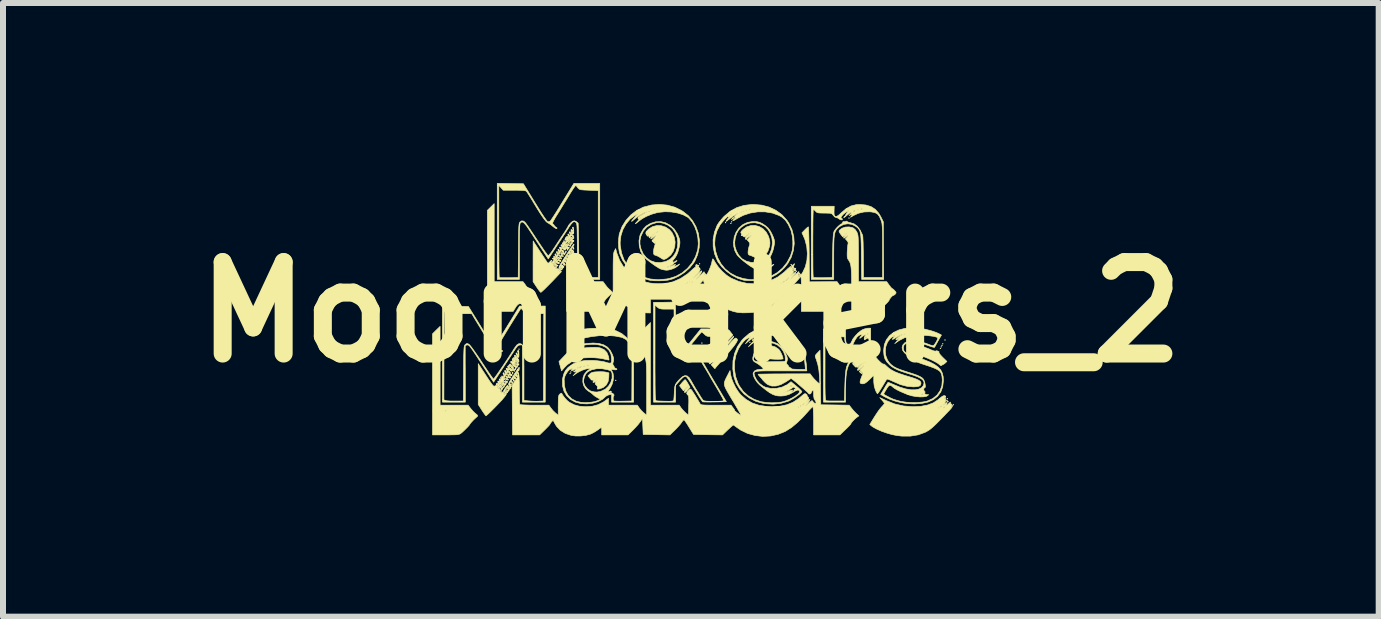
<source format=kicad_pcb>
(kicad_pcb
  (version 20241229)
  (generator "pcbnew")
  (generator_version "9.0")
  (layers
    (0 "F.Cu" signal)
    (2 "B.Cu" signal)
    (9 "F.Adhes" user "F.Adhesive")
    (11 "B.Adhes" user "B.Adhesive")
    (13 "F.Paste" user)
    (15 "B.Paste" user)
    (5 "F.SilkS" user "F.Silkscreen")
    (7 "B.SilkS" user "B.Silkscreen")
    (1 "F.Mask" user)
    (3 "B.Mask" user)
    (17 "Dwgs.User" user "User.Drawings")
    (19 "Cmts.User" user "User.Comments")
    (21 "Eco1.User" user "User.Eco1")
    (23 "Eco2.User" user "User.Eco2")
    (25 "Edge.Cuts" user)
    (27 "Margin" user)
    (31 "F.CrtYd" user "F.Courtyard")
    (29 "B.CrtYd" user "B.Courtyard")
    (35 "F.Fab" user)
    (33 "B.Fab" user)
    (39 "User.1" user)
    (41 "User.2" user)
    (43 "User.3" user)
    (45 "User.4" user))
  (footprint "MoonMakers_2"
    (layer "F.Cu")
    (at 8.462 2.152)
    (property "Reference" "MoonMakers_2" (at 0 0 0) (layer "F.SilkS") (effects (font (size 1.524 1.524) (thickness 0.3))))
    (attr through_hole)
    (fp_poly (pts (xy -3.017 0.864) (xy -3.016 0.864) (xy -3.016 0.864) (xy -3.017 0.864)) (stroke (width 0.01) (type solid)) (fill yes) (layer "F.SilkS"))
    (fp_poly (pts (xy -0.64 -1.199) (xy -0.641 -1.199) (xy -0.641 -1.2) (xy -0.64 -1.199)) (stroke (width 0.01) (type solid)) (fill yes) (layer "F.SilkS"))
    (fp_poly (pts (xy 1.66 -0.757) (xy 1.655 -0.754) (xy 1.653 -0.759) (xy 1.66 -0.757)) (stroke (width 0.01) (type solid)) (fill yes) (layer "F.SilkS"))
    (fp_poly (pts (xy -3.099 1.353) (xy -3.105 1.359) (xy -3.111 1.353) (xy -3.105 1.346) (xy -3.099 1.353)) (stroke (width 0.01) (type solid)) (fill yes) (layer "F.SilkS"))
    (fp_poly (pts (xy -3.073 1.314) (xy -3.08 1.321) (xy -3.086 1.314) (xy -3.08 1.308) (xy -3.073 1.314)) (stroke (width 0.01) (type solid)) (fill yes) (layer "F.SilkS"))
    (fp_poly (pts (xy -3.048 1.276) (xy -3.054 1.283) (xy -3.061 1.276) (xy -3.054 1.27) (xy -3.048 1.276)) (stroke (width 0.01) (type solid)) (fill yes) (layer "F.SilkS"))
    (fp_poly (pts (xy -3.023 1.01) (xy -3.029 1.016) (xy -3.035 1.01) (xy -3.029 1.003) (xy -3.023 1.01)) (stroke (width 0.01) (type solid)) (fill yes) (layer "F.SilkS"))
    (fp_poly (pts (xy -3.023 1.238) (xy -3.029 1.245) (xy -3.035 1.238) (xy -3.029 1.232) (xy -3.023 1.238)) (stroke (width 0.01) (type solid)) (fill yes) (layer "F.SilkS"))
    (fp_poly (pts (xy -2.857 0.616) (xy -2.864 0.622) (xy -2.87 0.616) (xy -2.864 0.61) (xy -2.857 0.616)) (stroke (width 0.01) (type solid)) (fill yes) (layer "F.SilkS"))
    (fp_poly (pts (xy -2.159 -0.743) (xy -2.165 -0.737) (xy -2.172 -0.743) (xy -2.165 -0.749) (xy -2.159 -0.743)) (stroke (width 0.01) (type solid)) (fill yes) (layer "F.SilkS"))
    (fp_poly (pts (xy -2.134 -1.01) (xy -2.14 -1.003) (xy -2.146 -1.01) (xy -2.14 -1.016) (xy -2.134 -1.01)) (stroke (width 0.01) (type solid)) (fill yes) (layer "F.SilkS"))
    (fp_poly (pts (xy -2.007 1.022) (xy -2.013 1.029) (xy -2.019 1.022) (xy -2.013 1.016) (xy -2.007 1.022)) (stroke (width 0.01) (type solid)) (fill yes) (layer "F.SilkS"))
    (fp_poly (pts (xy -1.994 0.997) (xy -2 1.003) (xy -2.007 0.997) (xy -2 0.991) (xy -1.994 0.997)) (stroke (width 0.01) (type solid)) (fill yes) (layer "F.SilkS"))
    (fp_poly (pts (xy -1.968 -1.264) (xy -1.975 -1.257) (xy -1.981 -1.264) (xy -1.975 -1.27) (xy -1.968 -1.264)) (stroke (width 0.01) (type solid)) (fill yes) (layer "F.SilkS"))
    (fp_poly (pts (xy -1.245 1.137) (xy -1.251 1.143) (xy -1.257 1.137) (xy -1.251 1.13) (xy -1.245 1.137)) (stroke (width 0.01) (type solid)) (fill yes) (layer "F.SilkS"))
    (fp_poly (pts (xy 0.14 0.578) (xy 0.133 0.584) (xy 0.127 0.578) (xy 0.133 0.572) (xy 0.14 0.578)) (stroke (width 0.01) (type solid)) (fill yes) (layer "F.SilkS"))
    (fp_poly (pts (xy 0.152 -0.806) (xy 0.146 -0.8) (xy 0.14 -0.806) (xy 0.146 -0.813) (xy 0.152 -0.806)) (stroke (width 0.01) (type solid)) (fill yes) (layer "F.SilkS"))
    (fp_poly (pts (xy 0.191 0.514) (xy 0.184 0.521) (xy 0.178 0.514) (xy 0.184 0.508) (xy 0.191 0.514)) (stroke (width 0.01) (type solid)) (fill yes) (layer "F.SilkS"))
    (fp_poly (pts (xy 0.584 -1.492) (xy 0.578 -1.486) (xy 0.572 -1.492) (xy 0.578 -1.499) (xy 0.584 -1.492)) (stroke (width 0.01) (type solid)) (fill yes) (layer "F.SilkS"))
    (fp_poly (pts (xy 0.635 -1.594) (xy 0.629 -1.587) (xy 0.622 -1.594) (xy 0.629 -1.6) (xy 0.635 -1.594)) (stroke (width 0.01) (type solid)) (fill yes) (layer "F.SilkS"))
    (fp_poly (pts (xy 0.673 -1.48) (xy 0.667 -1.473) (xy 0.66 -1.48) (xy 0.667 -1.486) (xy 0.673 -1.48)) (stroke (width 0.01) (type solid)) (fill yes) (layer "F.SilkS"))
    (fp_poly (pts (xy 0.686 -1.505) (xy 0.679 -1.499) (xy 0.673 -1.505) (xy 0.679 -1.511) (xy 0.686 -1.505)) (stroke (width 0.01) (type solid)) (fill yes) (layer "F.SilkS"))
    (fp_poly (pts (xy 0.991 0.502) (xy 0.984 0.508) (xy 0.978 0.502) (xy 0.984 0.495) (xy 0.991 0.502)) (stroke (width 0.01) (type solid)) (fill yes) (layer "F.SilkS"))
    (fp_poly (pts (xy 1.803 -0.616) (xy 1.797 -0.61) (xy 1.791 -0.616) (xy 1.797 -0.622) (xy 1.803 -0.616)) (stroke (width 0.01) (type solid)) (fill yes) (layer "F.SilkS"))
    (fp_poly (pts (xy 2.642 -1.568) (xy 2.635 -1.562) (xy 2.629 -1.568) (xy 2.635 -1.575) (xy 2.642 -1.568)) (stroke (width 0.01) (type solid)) (fill yes) (layer "F.SilkS"))
    (fp_poly (pts (xy 4.166 0.603) (xy 4.159 0.61) (xy 4.153 0.603) (xy 4.159 0.597) (xy 4.166 0.603)) (stroke (width 0.01) (type solid)) (fill yes) (layer "F.SilkS"))
    (fp_poly (pts (xy 4.178 0.578) (xy 4.172 0.584) (xy 4.166 0.578) (xy 4.172 0.572) (xy 4.178 0.578)) (stroke (width 0.01) (type solid)) (fill yes) (layer "F.SilkS"))
    (fp_poly (pts (xy 4.191 0.552) (xy 4.185 0.559) (xy 4.178 0.552) (xy 4.185 0.546) (xy 4.191 0.552)) (stroke (width 0.01) (type solid)) (fill yes) (layer "F.SilkS"))
    (fp_poly (pts (xy 4.204 0.527) (xy 4.197 0.533) (xy 4.191 0.527) (xy 4.197 0.521) (xy 4.204 0.527)) (stroke (width 0.01) (type solid)) (fill yes) (layer "F.SilkS"))
    (fp_poly (pts (xy 4.242 0.464) (xy 4.235 0.47) (xy 4.229 0.464) (xy 4.235 0.457) (xy 4.242 0.464)) (stroke (width 0.01) (type solid)) (fill yes) (layer "F.SilkS"))
    (fp_poly (pts (xy 4.28 1.441) (xy 4.274 1.448) (xy 4.267 1.441) (xy 4.274 1.435) (xy 4.28 1.441)) (stroke (width 0.01) (type solid)) (fill yes) (layer "F.SilkS"))
    (fp_poly (pts (xy 4.381 1.543) (xy 4.375 1.549) (xy 4.369 1.543) (xy 4.375 1.537) (xy 4.381 1.543)) (stroke (width 0.01) (type solid)) (fill yes) (layer "F.SilkS"))
    (fp_poly (pts (xy 1.672 -0.759) (xy 1.673 -0.752) (xy 1.664 -0.756) (xy 1.66 -0.757) (xy 1.669 -0.761) (xy 1.672 -0.759)) (stroke (width 0.01) (type solid)) (fill yes) (layer "F.SilkS"))
    (fp_poly (pts (xy -3.202 1.25) (xy -3.189 1.262) (xy -3.188 1.264) (xy -3.194 1.27) (xy -3.206 1.258) (xy -3.208 1.255) (xy -3.209 1.247) (xy -3.202 1.25)) (stroke (width 0.01) (type solid)) (fill yes) (layer "F.SilkS"))
    (fp_poly (pts (xy -3.177 1.212) (xy -3.163 1.224) (xy -3.166 1.232) (xy -3.168 1.232) (xy -3.179 1.223) (xy -3.183 1.217) (xy -3.184 1.209) (xy -3.177 1.212)) (stroke (width 0.01) (type solid)) (fill yes) (layer "F.SilkS"))
    (fp_poly (pts (xy -3.164 1.085) (xy -3.151 1.097) (xy -3.153 1.105) (xy -3.155 1.105) (xy -3.166 1.096) (xy -3.17 1.09) (xy -3.171 1.082) (xy -3.164 1.085)) (stroke (width 0.01) (type solid)) (fill yes) (layer "F.SilkS"))
    (fp_poly (pts (xy -3.164 1.301) (xy -3.151 1.313) (xy -3.153 1.321) (xy -3.155 1.321) (xy -3.166 1.312) (xy -3.17 1.306) (xy -3.171 1.297) (xy -3.164 1.301)) (stroke (width 0.01) (type solid)) (fill yes) (layer "F.SilkS"))
    (fp_poly (pts (xy -3.152 1.174) (xy -3.138 1.186) (xy -3.141 1.194) (xy -3.143 1.194) (xy -3.153 1.185) (xy -3.157 1.179) (xy -3.159 1.17) (xy -3.152 1.174)) (stroke (width 0.01) (type solid)) (fill yes) (layer "F.SilkS"))
    (fp_poly (pts (xy -3.101 1.097) (xy -3.087 1.109) (xy -3.086 1.112) (xy -3.092 1.117) (xy -3.105 1.106) (xy -3.106 1.103) (xy -3.108 1.094) (xy -3.101 1.097)) (stroke (width 0.01) (type solid)) (fill yes) (layer "F.SilkS"))
    (fp_poly (pts (xy -3.071 1.062) (xy -3.066 1.077) (xy -3.068 1.08) (xy -3.078 1.091) (xy -3.082 1.078) (xy -3.082 1.074) (xy -3.076 1.061) (xy -3.071 1.062)) (stroke (width 0.01) (type solid)) (fill yes) (layer "F.SilkS"))
    (fp_poly (pts (xy -3.046 1.024) (xy -3.041 1.039) (xy -3.042 1.042) (xy -3.053 1.053) (xy -3.056 1.04) (xy -3.056 1.036) (xy -3.051 1.023) (xy -3.046 1.024)) (stroke (width 0.01) (type solid)) (fill yes) (layer "F.SilkS"))
    (fp_poly (pts (xy -2.999 1.199) (xy -2.986 1.211) (xy -2.985 1.214) (xy -2.991 1.219) (xy -3.003 1.207) (xy -3.005 1.205) (xy -3.006 1.196) (xy -2.999 1.199)) (stroke (width 0.01) (type solid)) (fill yes) (layer "F.SilkS"))
    (fp_poly (pts (xy -2.965 1.002) (xy -2.963 1.01) (xy -2.966 1.027) (xy -2.975 1.02) (xy -2.978 1.017) (xy -2.977 1.001) (xy -2.974 0.998) (xy -2.965 1.002)) (stroke (width 0.01) (type solid)) (fill yes) (layer "F.SilkS"))
    (fp_poly (pts (xy -2.961 0.881) (xy -2.947 0.894) (xy -2.95 0.902) (xy -2.952 0.902) (xy -2.963 0.893) (xy -2.967 0.887) (xy -2.968 0.878) (xy -2.961 0.881)) (stroke (width 0.01) (type solid)) (fill yes) (layer "F.SilkS"))
    (fp_poly (pts (xy -2.91 0.805) (xy -2.897 0.817) (xy -2.896 0.82) (xy -2.902 0.825) (xy -2.914 0.813) (xy -2.916 0.811) (xy -2.917 0.802) (xy -2.91 0.805)) (stroke (width 0.01) (type solid)) (fill yes) (layer "F.SilkS"))
    (fp_poly (pts (xy -2.263 -0.846) (xy -2.249 -0.834) (xy -2.248 -0.831) (xy -2.254 -0.826) (xy -2.266 -0.838) (xy -2.268 -0.84) (xy -2.27 -0.849) (xy -2.263 -0.846)) (stroke (width 0.01) (type solid)) (fill yes) (layer "F.SilkS"))
    (fp_poly (pts (xy -2.237 -0.884) (xy -2.224 -0.872) (xy -2.223 -0.869) (xy -2.229 -0.864) (xy -2.241 -0.876) (xy -2.243 -0.878) (xy -2.244 -0.887) (xy -2.237 -0.884)) (stroke (width 0.01) (type solid)) (fill yes) (layer "F.SilkS"))
    (fp_poly (pts (xy -2.212 -0.922) (xy -2.198 -0.909) (xy -2.201 -0.902) (xy -2.203 -0.902) (xy -2.213 -0.911) (xy -2.217 -0.916) (xy -2.219 -0.925) (xy -2.212 -0.922)) (stroke (width 0.01) (type solid)) (fill yes) (layer "F.SilkS"))
    (fp_poly (pts (xy -2.182 -0.957) (xy -2.177 -0.943) (xy -2.179 -0.939) (xy -2.189 -0.928) (xy -2.193 -0.941) (xy -2.193 -0.946) (xy -2.187 -0.958) (xy -2.182 -0.957)) (stroke (width 0.01) (type solid)) (fill yes) (layer "F.SilkS"))
    (fp_poly (pts (xy -2.157 -0.996) (xy -2.152 -0.981) (xy -2.153 -0.977) (xy -2.164 -0.966) (xy -2.167 -0.979) (xy -2.167 -0.984) (xy -2.162 -0.996) (xy -2.157 -0.996)) (stroke (width 0.01) (type solid)) (fill yes) (layer "F.SilkS"))
    (fp_poly (pts (xy -2.097 -1.1) (xy -2.084 -1.087) (xy -2.087 -1.08) (xy -2.088 -1.079) (xy -2.099 -1.089) (xy -2.103 -1.094) (xy -2.105 -1.103) (xy -2.097 -1.1)) (stroke (width 0.01) (type solid)) (fill yes) (layer "F.SilkS"))
    (fp_poly (pts (xy -2.072 -1.138) (xy -2.059 -1.126) (xy -2.057 -1.123) (xy -2.063 -1.118) (xy -2.076 -1.13) (xy -2.078 -1.132) (xy -2.079 -1.141) (xy -2.072 -1.138)) (stroke (width 0.01) (type solid)) (fill yes) (layer "F.SilkS"))
    (fp_poly (pts (xy -2.021 -0.96) (xy -2.008 -0.947) (xy -2.01 -0.94) (xy -2.012 -0.94) (xy -2.023 -0.949) (xy -2.027 -0.954) (xy -2.028 -0.963) (xy -2.021 -0.96)) (stroke (width 0.01) (type solid)) (fill yes) (layer "F.SilkS"))
    (fp_poly (pts (xy -1.996 -1.252) (xy -1.982 -1.239) (xy -1.985 -1.232) (xy -1.987 -1.232) (xy -1.998 -1.241) (xy -2.001 -1.247) (xy -2.003 -1.255) (xy -1.996 -1.252)) (stroke (width 0.01) (type solid)) (fill yes) (layer "F.SilkS"))
    (fp_poly (pts (xy -1.996 -0.998) (xy -1.982 -0.985) (xy -1.985 -0.978) (xy -1.987 -0.978) (xy -1.998 -0.987) (xy -2.001 -0.993) (xy -2.003 -1.001) (xy -1.996 -0.998)) (stroke (width 0.01) (type solid)) (fill yes) (layer "F.SilkS"))
    (fp_poly (pts (xy 1.043 0.452) (xy 1.053 0.463) (xy 1.041 0.472) (xy 1.036 0.474) (xy 1.023 0.474) (xy 1.024 0.463) (xy 1.036 0.451) (xy 1.043 0.452)) (stroke (width 0.01) (type solid)) (fill yes) (layer "F.SilkS"))
    (fp_poly (pts (xy 1.7 -0.719) (xy 1.713 -0.706) (xy 1.711 -0.699) (xy 1.709 -0.699) (xy 1.698 -0.708) (xy 1.694 -0.713) (xy 1.693 -0.722) (xy 1.7 -0.719)) (stroke (width 0.01) (type solid)) (fill yes) (layer "F.SilkS"))
    (fp_poly (pts (xy -3.13 1.134) (xy -3.121 1.141) (xy -3.103 1.157) (xy -3.099 1.164) (xy -3.105 1.167) (xy -3.122 1.151) (xy -3.126 1.146) (xy -3.137 1.131) (xy -3.13 1.134)) (stroke (width 0.01) (type solid)) (fill yes) (layer "F.SilkS"))
    (fp_poly (pts (xy -2.94 0.842) (xy -2.931 0.849) (xy -2.913 0.865) (xy -2.908 0.872) (xy -2.914 0.875) (xy -2.931 0.859) (xy -2.935 0.854) (xy -2.946 0.839) (xy -2.94 0.842)) (stroke (width 0.01) (type solid)) (fill yes) (layer "F.SilkS"))
    (fp_poly (pts (xy -2.292 -0.809) (xy -2.283 -0.802) (xy -2.265 -0.786) (xy -2.261 -0.779) (xy -2.267 -0.776) (xy -2.284 -0.792) (xy -2.288 -0.797) (xy -2.299 -0.812) (xy -2.292 -0.809)) (stroke (width 0.01) (type solid)) (fill yes) (layer "F.SilkS"))
    (fp_poly (pts (xy -2.051 -1.177) (xy -2.042 -1.17) (xy -2.024 -1.154) (xy -2.019 -1.148) (xy -2.025 -1.144) (xy -2.042 -1.16) (xy -2.046 -1.165) (xy -2.057 -1.18) (xy -2.051 -1.177)) (stroke (width 0.01) (type solid)) (fill yes) (layer "F.SilkS"))
    (fp_poly (pts (xy -2.025 -1.215) (xy -2.016 -1.208) (xy -1.996 -1.19) (xy -1.996 -1.181) (xy -1.999 -1.181) (xy -2.009 -1.19) (xy -2.021 -1.203) (xy -2.032 -1.218) (xy -2.025 -1.215)) (stroke (width 0.01) (type solid)) (fill yes) (layer "F.SilkS"))
    (fp_poly (pts (xy -0.231 -0.857) (xy -0.24 -0.847) (xy -0.259 -0.83) (xy -0.275 -0.825) (xy -0.279 -0.831) (xy -0.27 -0.841) (xy -0.251 -0.853) (xy -0.232 -0.862) (xy -0.231 -0.857)) (stroke (width 0.01) (type solid)) (fill yes) (layer "F.SilkS"))
    (fp_poly (pts (xy 2.766 0.629) (xy 2.769 0.635) (xy 2.759 0.647) (xy 2.757 0.648) (xy 2.739 0.638) (xy 2.737 0.635) (xy 2.74 0.624) (xy 2.749 0.622) (xy 2.766 0.629)) (stroke (width 0.01) (type solid)) (fill yes) (layer "F.SilkS"))
    (fp_poly (pts (xy 2.821 0.988) (xy 2.838 1.003) (xy 2.855 1.023) (xy 2.852 1.027) (xy 2.831 1.013) (xy 2.827 1.009) (xy 2.81 0.993) (xy 2.809 0.984) (xy 2.821 0.988)) (stroke (width 0.01) (type solid)) (fill yes) (layer "F.SilkS"))
    (fp_poly (pts (xy 4.269 1.47) (xy 4.273 1.473) (xy 4.291 1.491) (xy 4.287 1.498) (xy 4.281 1.499) (xy 4.268 1.488) (xy 4.262 1.478) (xy 4.259 1.464) (xy 4.269 1.47)) (stroke (width 0.01) (type solid)) (fill yes) (layer "F.SilkS"))
    (fp_poly (pts (xy -0.11 0.793) (xy -0.085 0.799) (xy -0.075 0.8) (xy -0.064 0.81) (xy -0.064 0.813) (xy -0.071 0.825) (xy -0.092 0.817) (xy -0.109 0.805) (xy -0.125 0.791) (xy -0.121 0.789) (xy -0.11 0.793)) (stroke (width 0.01) (type solid)) (fill yes) (layer "F.SilkS"))
    (fp_poly (pts (xy 0.724 -1.566) (xy 0.718 -1.564) (xy 0.716 -1.566) (xy 0.702 -1.564) (xy 0.69 -1.552) (xy 0.678 -1.539) (xy 0.679 -1.545) (xy 0.686 -1.559) (xy 0.701 -1.577) (xy 0.717 -1.58) (xy 0.724 -1.566)) (stroke (width 0.01) (type solid)) (fill yes) (layer "F.SilkS"))
    (fp_poly (pts (xy -0.084 1.134) (xy -0.066 1.16) (xy -0.05 1.187) (xy -0.014 1.251) (xy -0.056 1.301) (xy -0.083 1.33) (xy -0.101 1.339) (xy -0.107 1.335) (xy -0.105 1.315) (xy -0.085 1.284) (xy -0.074 1.272) (xy -0.032 1.226) (xy -0.124 1.31) (xy -0.156 1.268) (xy -0.189 1.226) (xy -0.147 1.175) (xy -0.121 1.146) (xy -0.102 1.128) (xy -0.095 1.124) (xy -0.084 1.134)) (stroke (width 0.01) (type solid)) (fill yes) (layer "F.SilkS"))
    (fp_poly (pts (xy 0.712 0.414) (xy 0.697 0.439) (xy 0.683 0.457) (xy 0.589 0.568) (xy 0.508 0.662) (xy 0.441 0.739) (xy 0.388 0.798) (xy 0.349 0.838) (xy 0.326 0.859) (xy 0.32 0.863) (xy 0.307 0.857) (xy 0.307 0.852) (xy 0.318 0.835) (xy 0.342 0.805) (xy 0.377 0.763) (xy 0.42 0.713) (xy 0.469 0.658) (xy 0.519 0.602) (xy 0.569 0.546) (xy 0.616 0.496) (xy 0.657 0.453) (xy 0.688 0.421) (xy 0.707 0.403) (xy 0.712 0.401) (xy 0.712 0.414)) (stroke (width 0.01) (type solid)) (fill yes) (layer "F.SilkS"))
    (fp_poly (pts (xy 0.638 0.301) (xy 0.656 0.324) (xy 0.665 0.336) (xy 0.699 0.38) (xy 0.519 0.587) (xy 0.452 0.664) (xy 0.4 0.724) (xy 0.361 0.769) (xy 0.332 0.801) (xy 0.312 0.82) (xy 0.298 0.829) (xy 0.288 0.83) (xy 0.281 0.824) (xy 0.274 0.813) (xy 0.265 0.8) (xy 0.247 0.771) (xy 0.238 0.75) (xy 0.238 0.747) (xy 0.247 0.735) (xy 0.269 0.708) (xy 0.303 0.668) (xy 0.344 0.619) (xy 0.391 0.564) (xy 0.44 0.507) (xy 0.488 0.45) (xy 0.534 0.398) (xy 0.573 0.352) (xy 0.604 0.318) (xy 0.624 0.297) (xy 0.629 0.292) (xy 0.638 0.301)) (stroke (width 0.01) (type solid)) (fill yes) (layer "F.SilkS"))
    (fp_poly (pts (xy 0.759 0.436) (xy 0.762 0.438) (xy 0.775 0.452) (xy 0.777 0.467) (xy 0.767 0.49) (xy 0.756 0.51) (xy 0.738 0.537) (xy 0.707 0.578) (xy 0.665 0.629) (xy 0.618 0.686) (xy 0.589 0.72) (xy 0.541 0.776) (xy 0.497 0.827) (xy 0.46 0.87) (xy 0.434 0.9) (xy 0.425 0.91) (xy 0.4 0.942) (xy 0.338 0.876) (xy 0.37 0.841) (xy 0.388 0.821) (xy 0.42 0.785) (xy 0.462 0.737) (xy 0.511 0.681) (xy 0.564 0.62) (xy 0.571 0.612) (xy 0.628 0.547) (xy 0.671 0.498) (xy 0.703 0.464) (xy 0.725 0.444) (xy 0.74 0.433) (xy 0.751 0.432) (xy 0.759 0.436)) (stroke (width 0.01) (type solid)) (fill yes) (layer "F.SilkS"))
    (fp_poly (pts (xy -3.277 -0.508) (xy -2.797 -0.508) (xy -2.763 -0.464) (xy -2.745 -0.437) (xy -2.737 -0.421) (xy -2.738 -0.419) (xy -2.734 -0.413) (xy -2.714 -0.396) (xy -2.694 -0.381) (xy -2.663 -0.354) (xy -2.644 -0.329) (xy -2.641 -0.311) (xy -2.654 -0.305) (xy -2.671 -0.296) (xy -2.697 -0.273) (xy -2.725 -0.244) (xy -2.751 -0.215) (xy -2.766 -0.192) (xy -2.769 -0.185) (xy -2.78 -0.168) (xy -2.806 -0.152) (xy -2.84 -0.142) (xy -2.858 -0.14) (xy -2.882 -0.128) (xy -2.912 -0.093) (xy -2.922 -0.076) (xy -2.961 -0.013) (xy -3.391 -0.013) (xy -3.391 -0.413) (xy -3.175 -0.413) (xy -3.169 -0.406) (xy -3.162 -0.413) (xy -3.169 -0.419) (xy -3.175 -0.413) (xy -3.391 -0.413) (xy -3.391 -1.697) (xy -3.334 -1.753) (xy -3.277 -1.809) (xy -3.277 -0.508)) (stroke (width 0.01) (type solid)) (fill yes) (layer "F.SilkS"))
    (fp_poly (pts (xy -1.532 0.591) (xy -1.506 0.597) (xy -1.443 0.626) (xy -1.399 0.672) (xy -1.373 0.736) (xy -1.366 0.771) (xy -1.364 0.793) (xy -1.364 0.797) (xy -1.377 0.796) (xy -1.409 0.79) (xy -1.451 0.78) (xy -1.455 0.779) (xy -1.528 0.766) (xy -1.612 0.759) (xy -1.7 0.758) (xy -1.783 0.762) (xy -1.854 0.773) (xy -1.878 0.779) (xy -1.979 0.82) (xy -2.062 0.878) (xy -2.105 0.921) (xy -2.154 0.979) (xy -2.176 0.901) (xy -2.198 0.823) (xy -2.099 0.719) (xy -2.054 0.672) (xy -2.022 0.643) (xy -2.002 0.629) (xy -1.99 0.629) (xy -1.988 0.631) (xy -1.976 0.638) (xy -1.955 0.638) (xy -1.92 0.629) (xy -1.892 0.621) (xy -1.827 0.605) (xy -1.751 0.593) (xy -1.671 0.587) (xy -1.595 0.586) (xy -1.532 0.591)) (stroke (width 0.01) (type solid)) (fill yes) (layer "F.SilkS"))
    (fp_poly (pts (xy -4.178 1.549) (xy -3.711 1.549) (xy -3.673 1.6) (xy -3.639 1.64) (xy -3.6 1.679) (xy -3.589 1.688) (xy -3.562 1.711) (xy -3.552 1.726) (xy -3.557 1.737) (xy -3.564 1.742) (xy -3.589 1.765) (xy -3.62 1.794) (xy -3.649 1.825) (xy -3.672 1.851) (xy -3.683 1.867) (xy -3.683 1.868) (xy -3.692 1.882) (xy -3.714 1.907) (xy -3.745 1.939) (xy -3.78 1.973) (xy -3.813 2.004) (xy -3.831 2.019) (xy -3.845 2.028) (xy -3.862 2.035) (xy -3.885 2.04) (xy -3.919 2.043) (xy -3.968 2.044) (xy -4.036 2.045) (xy -4.085 2.045) (xy -4.305 2.045) (xy -4.305 1.645) (xy -4.089 1.645) (xy -4.083 1.651) (xy -4.077 1.645) (xy -4.083 1.638) (xy -4.089 1.645) (xy -4.305 1.645) (xy -4.305 0.361) (xy -4.242 0.298) (xy -4.178 0.236) (xy -4.178 1.549)) (stroke (width 0.01) (type solid)) (fill yes) (layer "F.SilkS"))
    (fp_poly (pts (xy -1.448 0.994) (xy -1.411 1) (xy -1.41 1) (xy -1.365 1.012) (xy -1.367 1.085) (xy -1.379 1.157) (xy -1.411 1.215) (xy -1.461 1.256) (xy -1.522 1.278) (xy -1.55 1.282) (xy -1.56 1.277) (xy -1.557 1.26) (xy -1.558 1.233) (xy -1.575 1.215) (xy -1.594 1.198) (xy -1.592 1.178) (xy -1.587 1.166) (xy -1.577 1.146) (xy -1.581 1.146) (xy -1.596 1.159) (xy -1.62 1.174) (xy -1.631 1.168) (xy -1.626 1.144) (xy -1.623 1.138) (xy -1.615 1.12) (xy -1.62 1.121) (xy -1.629 1.128) (xy -1.644 1.135) (xy -1.659 1.127) (xy -1.668 1.117) (xy -1.597 1.117) (xy -1.595 1.118) (xy -1.584 1.109) (xy -1.581 1.105) (xy -1.578 1.093) (xy -1.58 1.092) (xy -1.591 1.101) (xy -1.594 1.105) (xy -1.597 1.117) (xy -1.668 1.117) (xy -1.681 1.102) (xy -1.714 1.06) (xy -1.682 1.029) (xy -1.662 1.012) (xy -1.638 1.002) (xy -1.603 0.996) (xy -1.552 0.993) (xy -1.498 0.992) (xy -1.448 0.994)) (stroke (width 0.01) (type solid)) (fill yes) (layer "F.SilkS"))
    (fp_poly (pts (xy 1.403 0.577) (xy 1.46 0.615) (xy 1.47 0.625) (xy 1.489 0.653) (xy 1.51 0.693) (xy 1.527 0.735) (xy 1.536 0.769) (xy 1.537 0.776) (xy 1.525 0.781) (xy 1.494 0.784) (xy 1.449 0.785) (xy 1.395 0.784) (xy 1.34 0.78) (xy 1.318 0.778) (xy 1.284 0.773) (xy 1.272 0.763) (xy 1.281 0.745) (xy 1.292 0.731) (xy 1.297 0.723) (xy 1.286 0.73) (xy 1.274 0.741) (xy 1.245 0.762) (xy 1.229 0.764) (xy 1.228 0.749) (xy 1.245 0.72) (xy 1.253 0.709) (xy 1.288 0.667) (xy 1.295 0.667) (xy 1.302 0.673) (xy 1.308 0.667) (xy 1.302 0.66) (xy 1.295 0.667) (xy 1.288 0.667) (xy 1.249 0.702) (xy 1.223 0.724) (xy 1.208 0.729) (xy 1.195 0.719) (xy 1.194 0.718) (xy 1.176 0.705) (xy 1.167 0.706) (xy 1.161 0.703) (xy 1.163 0.694) (xy 1.162 0.673) (xy 1.157 0.667) (xy 1.15 0.651) (xy 1.162 0.627) (xy 1.19 0.6) (xy 1.211 0.585) (xy 1.272 0.562) (xy 1.338 0.559) (xy 1.403 0.577)) (stroke (width 0.01) (type solid)) (fill yes) (layer "F.SilkS"))
    (fp_poly (pts (xy 3.785 0.555) (xy 3.887 0.581) (xy 3.989 0.621) (xy 3.992 0.623) (xy 4.042 0.643) (xy 4.073 0.65) (xy 4.085 0.646) (xy 4.102 0.641) (xy 4.108 0.647) (xy 4.123 0.655) (xy 4.128 0.654) (xy 4.135 0.656) (xy 4.133 0.665) (xy 4.138 0.684) (xy 4.161 0.715) (xy 4.196 0.752) (xy 4.267 0.821) (xy 4.238 0.849) (xy 4.213 0.868) (xy 4.195 0.876) (xy 4.194 0.876) (xy 4.178 0.886) (xy 4.176 0.89) (xy 4.166 0.892) (xy 4.147 0.877) (xy 4.146 0.876) (xy 4.118 0.854) (xy 4.072 0.827) (xy 4.013 0.797) (xy 3.947 0.768) (xy 3.879 0.741) (xy 3.823 0.723) (xy 3.777 0.709) (xy 3.741 0.696) (xy 3.722 0.688) (xy 3.721 0.687) (xy 3.704 0.678) (xy 3.696 0.676) (xy 3.677 0.665) (xy 3.665 0.654) (xy 3.67 0.654) (xy 3.677 0.66) (xy 3.683 0.654) (xy 3.677 0.648) (xy 3.67 0.654) (xy 3.665 0.654) (xy 3.651 0.641) (xy 3.696 0.641) (xy 3.702 0.648) (xy 3.708 0.641) (xy 3.702 0.635) (xy 3.696 0.641) (xy 3.651 0.641) (xy 3.65 0.64) (xy 3.636 0.625) (xy 3.611 0.591) (xy 3.607 0.567) (xy 3.625 0.553) (xy 3.667 0.547) (xy 3.692 0.546) (xy 3.785 0.555)) (stroke (width 0.01) (type solid)) (fill yes) (layer "F.SilkS"))
    (fp_poly (pts (xy 1.14 -1.426) (xy 1.203 -1.389) (xy 1.255 -1.335) (xy 1.294 -1.264) (xy 1.302 -1.238) (xy 1.315 -1.188) (xy 1.318 -1.148) (xy 1.313 -1.105) (xy 1.31 -1.093) (xy 1.283 -1.013) (xy 1.238 -0.948) (xy 1.182 -0.904) (xy 1.146 -0.885) (xy 1.123 -0.879) (xy 1.103 -0.885) (xy 1.081 -0.902) (xy 1.049 -0.922) (xy 1.008 -0.94) (xy 1.002 -0.942) (xy 0.97 -0.953) (xy 0.956 -0.968) (xy 0.953 -0.995) (xy 0.953 -1.002) (xy 0.958 -1.045) (xy 0.969 -1.092) (xy 0.972 -1.098) (xy 0.982 -1.132) (xy 0.981 -1.152) (xy 0.969 -1.17) (xy 0.964 -1.176) (xy 0.939 -1.203) (xy 0.974 -1.246) (xy 1.01 -1.288) (xy 0.968 -1.259) (xy 0.942 -1.237) (xy 0.928 -1.219) (xy 0.927 -1.216) (xy 0.922 -1.209) (xy 0.912 -1.217) (xy 0.907 -1.23) (xy 0.916 -1.251) (xy 0.94 -1.28) (xy 0.984 -1.327) (xy 0.991 -1.327) (xy 0.997 -1.321) (xy 1.003 -1.327) (xy 0.997 -1.333) (xy 0.991 -1.327) (xy 0.984 -1.327) (xy 0.939 -1.285) (xy 0.91 -1.261) (xy 0.893 -1.253) (xy 0.881 -1.258) (xy 0.877 -1.263) (xy 0.858 -1.275) (xy 0.847 -1.274) (xy 0.84 -1.274) (xy 0.844 -1.281) (xy 0.845 -1.303) (xy 0.838 -1.315) (xy 0.832 -1.33) (xy 0.84 -1.347) (xy 0.865 -1.374) (xy 0.869 -1.378) (xy 0.932 -1.422) (xy 1.001 -1.444) (xy 1.072 -1.445) (xy 1.14 -1.426)) (stroke (width 0.01) (type solid)) (fill yes) (layer "F.SilkS"))
    (fp_poly (pts (xy 2.695 -1.408) (xy 2.707 -1.403) (xy 2.741 -1.374) (xy 2.769 -1.331) (xy 2.769 -1.329) (xy 2.776 -1.312) (xy 2.782 -1.293) (xy 2.786 -1.268) (xy 2.789 -1.235) (xy 2.791 -1.191) (xy 2.792 -1.132) (xy 2.793 -1.055) (xy 2.794 -0.958) (xy 2.794 -0.892) (xy 2.794 -0.508) (xy 3.264 -0.508) (xy 3.305 -0.451) (xy 3.329 -0.419) (xy 3.347 -0.399) (xy 3.355 -0.394) (xy 3.369 -0.385) (xy 3.392 -0.364) (xy 3.396 -0.359) (xy 3.416 -0.336) (xy 3.42 -0.32) (xy 3.409 -0.304) (xy 3.408 -0.302) (xy 3.386 -0.284) (xy 3.372 -0.279) (xy 3.356 -0.27) (xy 3.335 -0.248) (xy 3.314 -0.221) (xy 3.303 -0.199) (xy 3.302 -0.194) (xy 3.293 -0.182) (xy 3.27 -0.156) (xy 3.236 -0.122) (xy 3.212 -0.098) (xy 3.121 -0.013) (xy 2.68 -0.013) (xy 2.679 -0.371) (xy 2.679 -0.49) (xy 2.678 -0.585) (xy 2.676 -0.661) (xy 2.672 -0.721) (xy 2.667 -0.767) (xy 2.66 -0.802) (xy 2.65 -0.83) (xy 2.638 -0.852) (xy 2.629 -0.867) (xy 2.615 -0.888) (xy 2.607 -0.911) (xy 2.605 -0.942) (xy 2.605 -0.99) (xy 2.606 -1.014) (xy 2.61 -1.066) (xy 2.614 -1.11) (xy 2.619 -1.139) (xy 2.621 -1.143) (xy 2.619 -1.168) (xy 2.602 -1.192) (xy 2.575 -1.221) (xy 2.605 -1.254) (xy 2.619 -1.272) (xy 2.616 -1.276) (xy 2.598 -1.266) (xy 2.575 -1.247) (xy 2.553 -1.233) (xy 2.545 -1.237) (xy 2.55 -1.254) (xy 2.568 -1.281) (xy 2.573 -1.286) (xy 2.61 -1.327) (xy 2.57 -1.291) (xy 2.53 -1.255) (xy 2.495 -1.301) (xy 2.475 -1.331) (xy 2.469 -1.35) (xy 2.477 -1.366) (xy 2.477 -1.366) (xy 2.52 -1.399) (xy 2.575 -1.418) (xy 2.637 -1.421) (xy 2.695 -1.408)) (stroke (width 0.01) (type solid)) (fill yes) (layer "F.SilkS"))
    (fp_poly (pts (xy -0.594 -1.141) (xy -0.594 -1.155) (xy -0.606 -1.17) (xy -0.614 -1.177) (xy -0.64 -1.199) (xy -0.64 -1.2) (xy -0.621 -1.224) (xy -0.606 -1.24) (xy -0.586 -1.266) (xy -0.583 -1.276) (xy -0.597 -1.269) (xy -0.626 -1.246) (xy -0.632 -1.241) (xy -0.656 -1.222) (xy -0.668 -1.223) (xy -0.665 -1.237) (xy -0.648 -1.263) (xy -0.634 -1.28) (xy -0.591 -1.327) (xy -0.584 -1.327) (xy -0.578 -1.321) (xy -0.572 -1.327) (xy -0.578 -1.333) (xy -0.584 -1.327) (xy -0.591 -1.327) (xy -0.646 -1.276) (xy -0.674 -1.252) (xy -0.691 -1.239) (xy -0.694 -1.24) (xy -0.696 -1.258) (xy -0.707 -1.272) (xy -0.722 -1.282) (xy -0.722 -1.276) (xy -0.719 -1.27) (xy -0.719 -1.265) (xy -0.731 -1.278) (xy -0.734 -1.282) (xy -0.75 -1.309) (xy -0.749 -1.317) (xy -0.747 -1.317) (xy -0.744 -1.31) (xy -0.731 -1.296) (xy -0.724 -1.299) (xy -0.724 -1.301) (xy -0.733 -1.312) (xy -0.739 -1.316) (xy -0.747 -1.317) (xy -0.749 -1.317) (xy -0.748 -1.334) (xy -0.744 -1.34) (xy -0.559 -1.34) (xy -0.552 -1.333) (xy -0.546 -1.34) (xy -0.552 -1.346) (xy -0.559 -1.34) (xy -0.744 -1.34) (xy -0.727 -1.362) (xy -0.698 -1.389) (xy -0.635 -1.427) (xy -0.563 -1.444) (xy -0.49 -1.44) (xy -0.419 -1.417) (xy -0.357 -1.376) (xy -0.312 -1.324) (xy -0.277 -1.25) (xy -0.262 -1.171) (xy -0.268 -1.092) (xy -0.292 -1.018) (xy -0.334 -0.953) (xy -0.393 -0.903) (xy -0.409 -0.894) (xy -0.437 -0.881) (xy -0.457 -0.879) (xy -0.48 -0.89) (xy -0.507 -0.908) (xy -0.544 -0.93) (xy -0.58 -0.945) (xy -0.586 -0.947) (xy -0.61 -0.955) (xy -0.62 -0.972) (xy -0.622 -1.003) (xy -0.618 -1.048) (xy -0.607 -1.095) (xy -0.604 -1.102) (xy -0.594 -1.135) (xy -0.594 -1.139) (xy -0.619 -1.161) (xy -0.639 -1.179) (xy -0.648 -1.189) (xy -0.641 -1.199) (xy -0.594 -1.141)) (stroke (width 0.01) (type solid)) (fill yes) (layer "F.SilkS"))
    (fp_poly (pts (xy -0.42 -1.489) (xy -0.345 -1.448) (xy -0.279 -1.388) (xy -0.227 -1.31) (xy -0.216 -1.287) (xy -0.193 -1.23) (xy -0.183 -1.184) (xy -0.183 -1.138) (xy -0.194 -1.082) (xy -0.197 -1.071) (xy -0.215 -1.005) (xy -0.235 -0.955) (xy -0.259 -0.913) (xy -0.288 -0.875) (xy -0.307 -0.852) (xy -0.312 -0.841) (xy -0.309 -0.842) (xy -0.293 -0.84) (xy -0.287 -0.83) (xy -0.282 -0.815) (xy -0.284 -0.806) (xy -0.3 -0.796) (xy -0.324 -0.783) (xy -0.345 -0.77) (xy -0.348 -0.763) (xy -0.345 -0.763) (xy -0.324 -0.768) (xy -0.292 -0.781) (xy -0.288 -0.783) (xy -0.262 -0.796) (xy -0.255 -0.796) (xy -0.263 -0.785) (xy -0.265 -0.783) (xy -0.276 -0.767) (xy -0.268 -0.764) (xy -0.241 -0.774) (xy -0.225 -0.782) (xy -0.184 -0.803) (xy -0.217 -0.771) (xy -0.26 -0.741) (xy -0.316 -0.717) (xy -0.375 -0.702) (xy -0.41 -0.699) (xy -0.45 -0.705) (xy -0.494 -0.716) (xy -0.5 -0.718) (xy -0.534 -0.735) (xy -0.57 -0.758) (xy -0.389 -0.758) (xy -0.388 -0.75) (xy -0.381 -0.749) (xy -0.371 -0.754) (xy -0.373 -0.758) (xy -0.388 -0.759) (xy -0.389 -0.758) (xy -0.57 -0.758) (xy -0.582 -0.765) (xy -0.635 -0.802) (xy -0.69 -0.843) (xy -0.739 -0.882) (xy -0.777 -0.917) (xy -0.796 -0.937) (xy -0.836 -1.013) (xy -0.859 -1.099) (xy -0.861 -1.132) (xy -0.848 -1.132) (xy -0.833 -1.063) (xy -0.832 -1.058) (xy -0.795 -0.974) (xy -0.741 -0.908) (xy -0.674 -0.859) (xy -0.596 -0.832) (xy -0.51 -0.826) (xy -0.42 -0.844) (xy -0.417 -0.845) (xy -0.347 -0.881) (xy -0.291 -0.935) (xy -0.25 -1.001) (xy -0.225 -1.077) (xy -0.217 -1.157) (xy -0.226 -1.237) (xy -0.253 -1.314) (xy -0.299 -1.383) (xy -0.323 -1.408) (xy -0.382 -1.45) (xy -0.451 -1.48) (xy -0.519 -1.494) (xy -0.569 -1.493) (xy -0.659 -1.465) (xy -0.734 -1.419) (xy -0.791 -1.353) (xy -0.83 -1.271) (xy -0.833 -1.263) (xy -0.848 -1.195) (xy -0.848 -1.132) (xy -0.861 -1.132) (xy -0.864 -1.189) (xy -0.849 -1.275) (xy -0.833 -1.314) (xy -0.793 -1.384) (xy -0.744 -1.436) (xy -0.678 -1.476) (xy -0.67 -1.48) (xy -0.586 -1.506) (xy -0.501 -1.509) (xy -0.42 -1.489)) (stroke (width 0.01) (type solid)) (fill yes) (layer "F.SilkS"))
    (fp_poly (pts (xy 1.099 -1.508) (xy 1.146 -1.497) (xy 1.194 -1.474) (xy 1.246 -1.439) (xy 1.283 -1.408) (xy 1.314 -1.369) (xy 1.345 -1.315) (xy 1.351 -1.303) (xy 1.376 -1.248) (xy 1.39 -1.206) (xy 1.395 -1.167) (xy 1.39 -1.122) (xy 1.378 -1.061) (xy 1.377 -1.058) (xy 1.363 -1.012) (xy 1.343 -0.963) (xy 1.32 -0.916) (xy 1.296 -0.879) (xy 1.276 -0.855) (xy 1.266 -0.851) (xy 1.261 -0.843) (xy 1.264 -0.838) (xy 1.281 -0.833) (xy 1.298 -0.839) (xy 1.318 -0.847) (xy 1.322 -0.842) (xy 1.312 -0.829) (xy 1.292 -0.81) (xy 1.264 -0.79) (xy 1.263 -0.789) (xy 1.237 -0.773) (xy 1.228 -0.765) (xy 1.232 -0.765) (xy 1.259 -0.774) (xy 1.281 -0.781) (xy 1.302 -0.784) (xy 1.303 -0.776) (xy 1.301 -0.764) (xy 1.316 -0.764) (xy 1.344 -0.777) (xy 1.356 -0.784) (xy 1.379 -0.798) (xy 1.383 -0.798) (xy 1.373 -0.784) (xy 1.372 -0.783) (xy 1.329 -0.746) (xy 1.269 -0.72) (xy 1.2 -0.707) (xy 1.13 -0.707) (xy 1.079 -0.718) (xy 1.041 -0.736) (xy 1.006 -0.758) (xy 1.185 -0.758) (xy 1.187 -0.75) (xy 1.194 -0.749) (xy 1.204 -0.754) (xy 1.202 -0.758) (xy 1.187 -0.759) (xy 1.185 -0.758) (xy 1.006 -0.758) (xy 0.99 -0.767) (xy 0.934 -0.808) (xy 0.877 -0.852) (xy 0.826 -0.896) (xy 0.786 -0.935) (xy 0.77 -0.955) (xy 0.734 -1.022) (xy 0.715 -1.094) (xy 0.711 -1.157) (xy 0.711 -1.159) (xy 0.73 -1.159) (xy 0.736 -1.091) (xy 0.76 -1.018) (xy 0.798 -0.95) (xy 0.845 -0.897) (xy 0.854 -0.889) (xy 0.924 -0.85) (xy 1.005 -0.829) (xy 1.089 -0.829) (xy 1.17 -0.849) (xy 1.192 -0.859) (xy 1.263 -0.907) (xy 1.314 -0.972) (xy 1.346 -1.052) (xy 1.359 -1.149) (xy 1.359 -1.162) (xy 1.35 -1.237) (xy 1.325 -1.311) (xy 1.287 -1.376) (xy 1.241 -1.424) (xy 1.234 -1.429) (xy 1.152 -1.472) (xy 1.068 -1.491) (xy 0.984 -1.486) (xy 0.905 -1.459) (xy 0.834 -1.41) (xy 0.798 -1.371) (xy 0.763 -1.311) (xy 0.74 -1.237) (xy 0.73 -1.159) (xy 0.711 -1.159) (xy 0.722 -1.251) (xy 0.754 -1.334) (xy 0.803 -1.405) (xy 0.868 -1.46) (xy 0.945 -1.496) (xy 1.033 -1.511) (xy 1.044 -1.511) (xy 1.099 -1.508)) (stroke (width 0.01) (type solid)) (fill yes) (layer "F.SilkS"))
    (fp_poly (pts (xy 4.243 1.397) (xy 4.247 1.406) (xy 4.247 1.417) (xy 4.238 1.414) (xy 4.229 1.411) (xy 4.237 1.423) (xy 4.25 1.46) (xy 4.24 1.5) (xy 4.224 1.524) (xy 4.197 1.556) (xy 4.23 1.527) (xy 4.258 1.508) (xy 4.271 1.509) (xy 4.268 1.529) (xy 4.259 1.548) (xy 4.252 1.562) (xy 4.259 1.558) (xy 4.265 1.553) (xy 4.333 1.553) (xy 4.336 1.56) (xy 4.349 1.574) (xy 4.356 1.571) (xy 4.356 1.569) (xy 4.347 1.558) (xy 4.341 1.555) (xy 4.333 1.553) (xy 4.265 1.553) (xy 4.283 1.536) (xy 4.287 1.531) (xy 4.311 1.508) (xy 4.326 1.498) (xy 4.327 1.503) (xy 4.325 1.52) (xy 4.331 1.524) (xy 4.345 1.534) (xy 4.356 1.548) (xy 4.359 1.563) (xy 4.353 1.581) (xy 4.335 1.606) (xy 4.301 1.643) (xy 4.291 1.653) (xy 4.211 1.737) (xy 4.145 1.804) (xy 4.092 1.858) (xy 4.049 1.899) (xy 4.013 1.931) (xy 3.983 1.955) (xy 3.955 1.974) (xy 3.928 1.989) (xy 3.906 2.001) (xy 3.789 2.044) (xy 3.66 2.065) (xy 3.517 2.065) (xy 3.436 2.056) (xy 3.354 2.04) (xy 3.266 2.015) (xy 3.181 1.985) (xy 3.103 1.951) (xy 3.04 1.917) (xy 3.012 1.897) (xy 2.982 1.872) (xy 3.055 1.752) (xy 3.091 1.696) (xy 3.127 1.643) (xy 3.16 1.6) (xy 3.166 1.594) (xy 4.128 1.594) (xy 4.134 1.6) (xy 4.135 1.599) (xy 4.207 1.599) (xy 4.209 1.6) (xy 4.22 1.591) (xy 4.223 1.587) (xy 4.226 1.576) (xy 4.224 1.575) (xy 4.213 1.584) (xy 4.21 1.587) (xy 4.207 1.599) (xy 4.135 1.599) (xy 4.14 1.594) (xy 4.134 1.587) (xy 4.128 1.594) (xy 3.166 1.594) (xy 3.172 1.587) (xy 4.156 1.587) (xy 4.158 1.587) (xy 4.169 1.579) (xy 4.172 1.575) (xy 4.175 1.563) (xy 4.173 1.562) (xy 4.162 1.571) (xy 4.159 1.575) (xy 4.156 1.587) (xy 3.172 1.587) (xy 3.177 1.581) (xy 3.204 1.551) (xy 3.222 1.529) (xy 3.226 1.521) (xy 3.218 1.507) (xy 3.199 1.482) (xy 3.187 1.468) (xy 3.148 1.423) (xy 3.255 1.473) (xy 3.399 1.53) (xy 3.545 1.563) (xy 3.699 1.575) (xy 3.709 1.575) (xy 3.837 1.568) (xy 3.946 1.547) (xy 4.039 1.512) (xy 4.118 1.46) (xy 4.14 1.441) (xy 4.216 1.441) (xy 4.223 1.448) (xy 4.229 1.441) (xy 4.223 1.435) (xy 4.216 1.441) (xy 4.14 1.441) (xy 4.147 1.435) (xy 4.189 1.402) (xy 4.221 1.389) (xy 4.243 1.397)) (stroke (width 0.01) (type solid)) (fill yes) (layer "F.SilkS"))
    (fp_poly (pts (xy 3.087 0.755) (xy 3.113 0.787) (xy 3.143 0.818) (xy 3.172 0.845) (xy 3.197 0.862) (xy 3.211 0.868) (xy 3.213 0.864) (xy 3.221 0.865) (xy 3.242 0.881) (xy 3.263 0.901) (xy 3.303 0.936) (xy 3.348 0.966) (xy 3.404 0.995) (xy 3.474 1.023) (xy 3.564 1.053) (xy 3.607 1.066) (xy 3.689 1.091) (xy 3.749 1.112) (xy 3.791 1.131) (xy 3.817 1.147) (xy 3.831 1.165) (xy 3.835 1.184) (xy 3.835 1.187) (xy 3.828 1.215) (xy 3.804 1.233) (xy 3.762 1.242) (xy 3.706 1.245) (xy 3.601 1.235) (xy 3.493 1.207) (xy 3.378 1.157) (xy 3.373 1.155) (xy 3.327 1.134) (xy 3.291 1.12) (xy 3.269 1.115) (xy 3.265 1.116) (xy 3.256 1.131) (xy 3.236 1.163) (xy 3.21 1.207) (xy 3.188 1.243) (xy 3.158 1.291) (xy 3.134 1.329) (xy 3.116 1.353) (xy 3.11 1.359) (xy 3.101 1.348) (xy 3.086 1.321) (xy 3.075 1.296) (xy 3.056 1.235) (xy 3.048 1.164) (xy 3.048 1.142) (xy 3.048 1.051) (xy 2.976 1.123) (xy 2.935 1.16) (xy 2.905 1.182) (xy 2.879 1.192) (xy 2.861 1.194) (xy 2.834 1.19) (xy 2.821 1.177) (xy 2.821 1.15) (xy 2.835 1.105) (xy 2.844 1.082) (xy 2.868 1.02) (xy 2.841 0.993) (xy 2.814 0.966) (xy 2.858 0.918) (xy 2.879 0.894) (xy 2.882 0.887) (xy 2.87 0.895) (xy 2.837 0.924) (xy 2.811 0.95) (xy 2.789 0.969) (xy 2.776 0.967) (xy 2.776 0.967) (xy 2.778 0.959) (xy 2.781 0.959) (xy 2.788 0.965) (xy 2.794 0.959) (xy 2.788 0.953) (xy 2.781 0.959) (xy 2.778 0.959) (xy 2.779 0.951) (xy 2.796 0.923) (xy 2.815 0.899) (xy 2.863 0.845) (xy 2.87 0.845) (xy 2.877 0.851) (xy 2.883 0.845) (xy 2.877 0.838) (xy 2.87 0.845) (xy 2.863 0.845) (xy 2.818 0.886) (xy 2.791 0.91) (xy 2.774 0.919) (xy 2.76 0.914) (xy 2.749 0.905) (xy 2.733 0.89) (xy 2.733 0.894) (xy 2.744 0.909) (xy 2.748 0.917) (xy 2.738 0.908) (xy 2.728 0.897) (xy 2.694 0.86) (xy 2.697 0.855) (xy 2.707 0.855) (xy 2.71 0.862) (xy 2.723 0.875) (xy 2.73 0.872) (xy 2.731 0.871) (xy 2.721 0.86) (xy 2.716 0.856) (xy 2.707 0.855) (xy 2.697 0.855) (xy 2.713 0.832) (xy 2.896 0.832) (xy 2.902 0.838) (xy 2.908 0.832) (xy 2.902 0.826) (xy 2.896 0.832) (xy 2.713 0.832) (xy 2.719 0.824) (xy 2.77 0.773) (xy 2.841 0.737) (xy 2.929 0.716) (xy 2.953 0.713) (xy 3.05 0.703) (xy 3.087 0.755)) (stroke (width 0.01) (type solid)) (fill yes) (layer "F.SilkS"))
    (fp_poly (pts (xy 2.997 0.657) (xy 2.934 0.664) (xy 2.838 0.687) (xy 2.754 0.73) (xy 2.686 0.792) (xy 2.635 0.87) (xy 2.628 0.884) (xy 2.609 0.937) (xy 2.595 0.999) (xy 2.586 1.074) (xy 2.58 1.165) (xy 2.578 1.277) (xy 2.578 1.299) (xy 2.578 1.499) (xy 2.21 1.499) (xy 2.21 1.034) (xy 2.236 1.034) (xy 2.236 1.146) (xy 2.236 1.238) (xy 2.237 1.311) (xy 2.238 1.367) (xy 2.24 1.409) (xy 2.242 1.438) (xy 2.245 1.457) (xy 2.248 1.469) (xy 2.253 1.474) (xy 2.257 1.476) (xy 2.279 1.478) (xy 2.319 1.48) (xy 2.373 1.48) (xy 2.419 1.48) (xy 2.559 1.48) (xy 2.566 1.226) (xy 2.57 1.117) (xy 2.576 1.031) (xy 2.584 0.962) (xy 2.597 0.906) (xy 2.616 0.86) (xy 2.64 0.82) (xy 2.672 0.781) (xy 2.699 0.754) (xy 2.745 0.714) (xy 2.792 0.685) (xy 2.85 0.663) (xy 2.924 0.644) (xy 2.937 0.642) (xy 2.954 0.637) (xy 2.965 0.629) (xy 2.97 0.61) (xy 2.972 0.577) (xy 2.972 0.533) (xy 2.97 0.478) (xy 2.965 0.445) (xy 2.954 0.432) (xy 2.935 0.436) (xy 2.914 0.45) (xy 2.895 0.461) (xy 2.889 0.453) (xy 2.889 0.439) (xy 2.892 0.425) (xy 2.897 0.425) (xy 2.9 0.431) (xy 2.908 0.432) (xy 2.925 0.423) (xy 2.927 0.419) (xy 2.925 0.412) (xy 2.915 0.414) (xy 2.897 0.425) (xy 2.892 0.425) (xy 2.897 0.406) (xy 2.908 0.387) (xy 2.92 0.372) (xy 2.914 0.371) (xy 2.896 0.381) (xy 2.862 0.402) (xy 2.833 0.424) (xy 2.816 0.436) (xy 2.813 0.432) (xy 2.825 0.413) (xy 2.844 0.389) (xy 2.856 0.372) (xy 2.85 0.37) (xy 2.832 0.374) (xy 2.798 0.389) (xy 2.77 0.414) (xy 2.742 0.455) (xy 2.722 0.492) (xy 2.702 0.534) (xy 2.696 0.559) (xy 2.702 0.568) (xy 2.717 0.581) (xy 2.718 0.586) (xy 2.708 0.59) (xy 2.685 0.582) (xy 2.683 0.581) (xy 2.645 0.562) (xy 2.61 0.545) (xy 2.585 0.528) (xy 2.572 0.505) (xy 2.565 0.469) (xy 2.559 0.413) (xy 2.429 0.406) (xy 2.37 0.403) (xy 2.33 0.399) (xy 2.305 0.393) (xy 2.288 0.384) (xy 2.273 0.369) (xy 2.267 0.362) (xy 2.236 0.324) (xy 2.236 0.898) (xy 2.236 1.034) (xy 2.21 1.034) (xy 2.21 0.279) (xy 2.578 0.279) (xy 2.578 0.378) (xy 2.579 0.444) (xy 2.583 0.488) (xy 2.591 0.516) (xy 2.605 0.529) (xy 2.625 0.533) (xy 2.628 0.533) (xy 2.654 0.528) (xy 2.67 0.508) (xy 2.678 0.49) (xy 2.701 0.445) (xy 2.74 0.395) (xy 2.774 0.36) (xy 2.938 0.36) (xy 2.94 0.367) (xy 2.946 0.368) (xy 2.957 0.364) (xy 2.955 0.36) (xy 2.94 0.358) (xy 2.938 0.36) (xy 2.774 0.36) (xy 2.786 0.347) (xy 2.833 0.309) (xy 2.864 0.29) (xy 2.906 0.275) (xy 2.948 0.267) (xy 2.956 0.267) (xy 2.997 0.267) (xy 2.997 0.657)) (stroke (width 0.01) (type solid)) (fill yes) (layer "F.SilkS"))
    (fp_poly (pts (xy -0.393 -1.784) (xy -0.269 -1.75) (xy -0.155 -1.694) (xy -0.13 -1.678) (xy -0.043 -1.609) (xy 0.026 -1.529) (xy 0.082 -1.432) (xy 0.084 -1.429) (xy 0.125 -1.315) (xy 0.143 -1.196) (xy 0.139 -1.076) (xy 0.113 -0.959) (xy 0.066 -0.85) (xy 0.049 -0.823) (xy -0.017 -0.741) (xy -0.101 -0.666) (xy -0.197 -0.603) (xy -0.298 -0.556) (xy -0.38 -0.534) (xy -0.446 -0.526) (xy -0.525 -0.523) (xy -0.607 -0.524) (xy -0.678 -0.531) (xy -0.698 -0.535) (xy -0.802 -0.567) (xy -0.902 -0.62) (xy -0.994 -0.69) (xy -1.074 -0.774) (xy -1.138 -0.867) (xy -1.182 -0.966) (xy -1.193 -1.005) (xy -1.202 -1.068) (xy -1.206 -1.144) (xy -1.205 -1.168) (xy -1.178 -1.168) (xy -1.177 -1.119) (xy -1.156 -0.99) (xy -1.114 -0.875) (xy -1.052 -0.775) (xy -0.969 -0.69) (xy -0.91 -0.647) (xy -0.798 -0.588) (xy -0.676 -0.553) (xy -0.545 -0.541) (xy -0.405 -0.553) (xy -0.362 -0.561) (xy -0.25 -0.597) (xy -0.147 -0.654) (xy -0.056 -0.73) (xy 0.02 -0.821) (xy 0.077 -0.924) (xy 0.113 -1.036) (xy 0.116 -1.048) (xy 0.124 -1.142) (xy 0.117 -1.239) (xy 0.097 -1.336) (xy 0.064 -1.425) (xy 0.021 -1.503) (xy -0.03 -1.564) (xy -0.056 -1.585) (xy -0.131 -1.624) (xy -0.223 -1.653) (xy -0.325 -1.67) (xy -0.43 -1.674) (xy -0.532 -1.664) (xy -0.56 -1.659) (xy -0.651 -1.633) (xy -0.738 -1.598) (xy -0.812 -1.557) (xy -0.852 -1.528) (xy -0.894 -1.494) (xy -0.919 -1.475) (xy -0.925 -1.474) (xy -0.914 -1.489) (xy -0.897 -1.507) (xy -0.869 -1.54) (xy -0.86 -1.561) (xy -0.864 -1.568) (xy -0.838 -1.568) (xy -0.832 -1.562) (xy -0.826 -1.568) (xy -0.832 -1.575) (xy -0.838 -1.568) (xy -0.864 -1.568) (xy -0.864 -1.569) (xy -0.874 -1.572) (xy -0.87 -1.562) (xy -0.867 -1.552) (xy -0.876 -1.555) (xy -0.883 -1.567) (xy -0.874 -1.582) (xy -0.858 -1.594) (xy -0.813 -1.594) (xy -0.806 -1.587) (xy -0.8 -1.594) (xy -0.806 -1.6) (xy -0.813 -1.594) (xy -0.858 -1.594) (xy -0.846 -1.603) (xy -0.796 -1.633) (xy -0.787 -1.638) (xy -0.753 -1.657) (xy -0.732 -1.671) (xy -0.728 -1.676) (xy -0.751 -1.67) (xy -0.787 -1.652) (xy -0.831 -1.627) (xy -0.876 -1.598) (xy -0.916 -1.569) (xy -0.939 -1.55) (xy -0.972 -1.522) (xy -0.987 -1.512) (xy -0.986 -1.52) (xy -0.968 -1.544) (xy -0.938 -1.58) (xy -0.886 -1.639) (xy -0.931 -1.612) (xy -1.012 -1.551) (xy -1.08 -1.47) (xy -1.132 -1.377) (xy -1.165 -1.274) (xy -1.178 -1.168) (xy -1.205 -1.168) (xy -1.203 -1.222) (xy -1.195 -1.29) (xy -1.189 -1.314) (xy -1.146 -1.427) (xy -1.082 -1.53) (xy -1 -1.621) (xy -0.916 -1.685) (xy -0.707 -1.685) (xy -0.705 -1.677) (xy -0.699 -1.676) (xy -0.688 -1.681) (xy -0.69 -1.685) (xy -0.705 -1.686) (xy -0.707 -1.685) (xy -0.916 -1.685) (xy -0.903 -1.695) (xy -0.898 -1.698) (xy -0.669 -1.698) (xy -0.667 -1.69) (xy -0.66 -1.689) (xy -0.65 -1.694) (xy -0.652 -1.698) (xy -0.667 -1.699) (xy -0.669 -1.698) (xy -0.898 -1.698) (xy -0.876 -1.708) (xy -0.61 -1.708) (xy -0.603 -1.702) (xy -0.597 -1.708) (xy -0.603 -1.714) (xy -0.61 -1.708) (xy -0.876 -1.708) (xy -0.795 -1.749) (xy -0.783 -1.753) (xy -0.653 -1.786) (xy -0.522 -1.796) (xy -0.393 -1.784)) (stroke (width 0.01) (type solid)) (fill yes) (layer "F.SilkS"))
    (fp_poly (pts (xy 1.181 -1.784) (xy 1.306 -1.751) (xy 1.418 -1.697) (xy 1.517 -1.625) (xy 1.6 -1.533) (xy 1.632 -1.486) (xy 1.685 -1.376) (xy 1.715 -1.26) (xy 1.723 -1.142) (xy 1.708 -1.025) (xy 1.672 -0.913) (xy 1.615 -0.81) (xy 1.56 -0.741) (xy 1.492 -0.676) (xy 1.426 -0.627) (xy 1.352 -0.587) (xy 1.302 -0.565) (xy 1.255 -0.548) (xy 1.211 -0.537) (xy 1.163 -0.53) (xy 1.1 -0.527) (xy 1.073 -0.526) (xy 1.009 -0.525) (xy 0.948 -0.527) (xy 0.899 -0.53) (xy 0.876 -0.534) (xy 0.782 -0.564) (xy 0.686 -0.614) (xy 0.596 -0.679) (xy 0.517 -0.754) (xy 0.455 -0.835) (xy 0.442 -0.858) (xy 0.396 -0.971) (xy 0.372 -1.09) (xy 0.372 -1.135) (xy 0.397 -1.135) (xy 0.412 -1.019) (xy 0.449 -0.905) (xy 0.501 -0.809) (xy 0.571 -0.722) (xy 0.659 -0.651) (xy 0.761 -0.596) (xy 0.874 -0.56) (xy 0.996 -0.542) (xy 1.122 -0.544) (xy 1.216 -0.559) (xy 1.331 -0.598) (xy 1.436 -0.657) (xy 1.528 -0.735) (xy 1.603 -0.829) (xy 1.66 -0.936) (xy 1.689 -1.027) (xy 1.699 -1.1) (xy 1.699 -1.185) (xy 1.69 -1.271) (xy 1.673 -1.347) (xy 1.666 -1.37) (xy 1.623 -1.462) (xy 1.575 -1.533) (xy 1.516 -1.585) (xy 1.471 -1.611) (xy 1.359 -1.652) (xy 1.238 -1.672) (xy 1.114 -1.672) (xy 0.99 -1.652) (xy 0.872 -1.613) (xy 0.777 -1.563) (xy 0.736 -1.538) (xy 0.709 -1.526) (xy 0.698 -1.526) (xy 0.706 -1.539) (xy 0.733 -1.563) (xy 0.75 -1.579) (xy 0.75 -1.585) (xy 0.746 -1.584) (xy 0.727 -1.581) (xy 0.726 -1.592) (xy 0.743 -1.611) (xy 0.759 -1.625) (xy 0.777 -1.641) (xy 0.775 -1.643) (xy 0.766 -1.639) (xy 0.737 -1.621) (xy 0.689 -1.588) (xy 0.624 -1.539) (xy 0.598 -1.519) (xy 0.585 -1.512) (xy 0.589 -1.523) (xy 0.59 -1.524) (xy 0.606 -1.547) (xy 0.626 -1.572) (xy 0.642 -1.594) (xy 0.643 -1.609) (xy 0.643 -1.609) (xy 0.631 -1.605) (xy 0.606 -1.586) (xy 0.573 -1.557) (xy 0.564 -1.549) (xy 0.489 -1.458) (xy 0.436 -1.356) (xy 0.405 -1.248) (xy 0.397 -1.135) (xy 0.372 -1.135) (xy 0.371 -1.212) (xy 0.393 -1.332) (xy 0.437 -1.445) (xy 0.441 -1.453) (xy 0.467 -1.493) (xy 0.504 -1.54) (xy 0.546 -1.588) (xy 0.559 -1.6) (xy 0.575 -1.614) (xy 0.664 -1.614) (xy 0.665 -1.613) (xy 0.677 -1.622) (xy 0.679 -1.626) (xy 0.683 -1.637) (xy 0.681 -1.638) (xy 0.669 -1.629) (xy 0.667 -1.626) (xy 0.664 -1.614) (xy 0.575 -1.614) (xy 0.629 -1.659) (xy 0.804 -1.659) (xy 0.806 -1.652) (xy 0.813 -1.651) (xy 0.823 -1.656) (xy 0.821 -1.659) (xy 0.806 -1.661) (xy 0.804 -1.659) (xy 0.629 -1.659) (xy 0.642 -1.67) (xy 0.838 -1.67) (xy 0.845 -1.664) (xy 0.851 -1.67) (xy 0.845 -1.676) (xy 0.838 -1.67) (xy 0.642 -1.67) (xy 0.657 -1.683) (xy 0.661 -1.685) (xy 0.868 -1.685) (xy 0.87 -1.677) (xy 0.876 -1.676) (xy 0.887 -1.681) (xy 0.885 -1.685) (xy 0.87 -1.686) (xy 0.868 -1.685) (xy 0.661 -1.685) (xy 0.68 -1.695) (xy 0.914 -1.695) (xy 0.921 -1.689) (xy 0.927 -1.695) (xy 0.921 -1.702) (xy 0.914 -1.695) (xy 0.68 -1.695) (xy 0.707 -1.71) (xy 0.969 -1.71) (xy 0.971 -1.703) (xy 0.978 -1.702) (xy 0.988 -1.706) (xy 0.986 -1.71) (xy 0.971 -1.712) (xy 0.969 -1.71) (xy 0.707 -1.71) (xy 0.765 -1.742) (xy 0.884 -1.779) (xy 1.015 -1.795) (xy 1.048 -1.795) (xy 1.181 -1.784)) (stroke (width 0.01) (type solid)) (fill yes) (layer "F.SilkS"))
    (fp_poly (pts (xy -2.87 0.551) (xy -2.893 0.57) (xy -2.915 0.6) (xy -2.933 0.626) (xy -2.961 0.67) (xy -2.999 0.727) (xy -3.043 0.794) (xy -3.091 0.867) (xy -3.119 0.91) (xy -3.287 1.167) (xy -3.474 0.879) (xy -3.535 0.786) (xy -3.583 0.712) (xy -3.621 0.655) (xy -3.65 0.613) (xy -3.672 0.584) (xy -3.688 0.564) (xy -3.7 0.553) (xy -3.711 0.548) (xy -3.721 0.546) (xy -3.729 0.546) (xy -3.754 0.554) (xy -3.76 0.568) (xy -3.76 0.586) (xy -3.76 0.626) (xy -3.76 0.685) (xy -3.76 0.76) (xy -3.76 0.849) (xy -3.759 0.948) (xy -3.759 1.045) (xy -3.758 1.499) (xy -4.14 1.499) (xy -4.14 1.461) (xy -4.115 1.461) (xy -4.087 1.472) (xy -4.062 1.477) (xy -4.019 1.48) (xy -3.964 1.481) (xy -3.924 1.481) (xy -3.791 1.48) (xy -3.788 1.021) (xy -3.787 0.901) (xy -3.786 0.804) (xy -3.785 0.727) (xy -3.783 0.667) (xy -3.781 0.623) (xy -3.779 0.592) (xy -3.775 0.57) (xy -3.771 0.556) (xy -3.765 0.546) (xy -3.759 0.539) (xy -3.758 0.539) (xy -3.737 0.523) (xy -3.717 0.525) (xy -3.699 0.534) (xy -3.682 0.55) (xy -3.654 0.585) (xy -3.616 0.637) (xy -3.57 0.703) (xy -3.517 0.78) (xy -3.483 0.832) (xy -3.434 0.907) (xy -3.389 0.974) (xy -3.35 1.032) (xy -3.319 1.076) (xy -3.298 1.105) (xy -3.29 1.115) (xy -3.28 1.106) (xy -3.26 1.079) (xy -3.229 1.037) (xy -3.192 0.983) (xy -3.149 0.921) (xy -3.104 0.854) (xy -3.058 0.785) (xy -3.014 0.717) (xy -2.973 0.654) (xy -2.938 0.598) (xy -2.935 0.594) (xy -2.9 0.547) (xy -2.866 0.525) (xy -2.832 0.527) (xy -2.807 0.546) (xy -2.8 0.554) (xy -2.795 0.564) (xy -2.79 0.578) (xy -2.787 0.6) (xy -2.785 0.632) (xy -2.783 0.677) (xy -2.782 0.737) (xy -2.782 0.815) (xy -2.781 0.913) (xy -2.781 1.021) (xy -2.781 1.471) (xy -2.702 1.479) (xy -2.643 1.483) (xy -2.577 1.485) (xy -2.54 1.484) (xy -2.457 1.48) (xy -2.451 0.025) (xy -2.75 0.026) (xy -2.79 -0.021) (xy -2.83 -0.067) (xy -2.865 -0.011) (xy -2.922 0.079) (xy -2.978 0.169) (xy -3.032 0.256) (xy -3.081 0.337) (xy -3.125 0.41) (xy -3.162 0.473) (xy -3.19 0.521) (xy -3.208 0.554) (xy -3.213 0.567) (xy -3.206 0.583) (xy -3.2 0.584) (xy -3.188 0.594) (xy -3.188 0.598) (xy -3.18 0.617) (xy -3.164 0.634) (xy -3.149 0.64) (xy -3.145 0.639) (xy -3.138 0.64) (xy -3.137 0.646) (xy -3.145 0.659) (xy -3.166 0.655) (xy -3.197 0.633) (xy -3.207 0.624) (xy -3.245 0.594) (xy -3.285 0.569) (xy -3.29 0.567) (xy -3.311 0.554) (xy -3.333 0.532) (xy -3.36 0.498) (xy -3.394 0.448) (xy -3.436 0.38) (xy -3.473 0.319) (xy -3.508 0.262) (xy -3.537 0.215) (xy -3.557 0.182) (xy -3.562 0.174) (xy -3.585 0.136) (xy -3.612 0.092) (xy -3.619 0.079) (xy -3.651 0.026) (xy -3.838 0.025) (xy -4.024 0.025) (xy -4.062 -0.013) (xy -4.087 -0.036) (xy -4.104 -0.05) (xy -4.106 -0.051) (xy -4.108 -0.038) (xy -4.109 -0.003) (xy -4.11 0.054) (xy -4.111 0.129) (xy -4.112 0.221) (xy -4.113 0.327) (xy -4.113 0.446) (xy -4.114 0.574) (xy -4.114 0.705) (xy -4.115 1.461) (xy -4.14 1.461) (xy -4.14 -0.102) (xy -3.923 -0.099) (xy -3.706 -0.095) (xy -3.51 0.222) (xy -3.452 0.317) (xy -3.404 0.392) (xy -3.367 0.449) (xy -3.338 0.491) (xy -3.316 0.519) (xy -3.3 0.536) (xy -3.288 0.543) (xy -3.285 0.544) (xy -3.276 0.543) (xy -3.266 0.537) (xy -3.253 0.525) (xy -3.236 0.505) (xy -3.214 0.475) (xy -3.185 0.433) (xy -3.15 0.378) (xy -3.106 0.309) (xy -3.053 0.223) (xy -2.988 0.118) (xy -2.912 -0.006) (xy -2.902 -0.022) (xy -2.854 -0.102) (xy -2.426 -0.102) (xy -2.426 1.499) (xy -2.807 1.499) (xy -2.807 0.546) (xy -2.843 0.546) (xy -2.87 0.551)) (stroke (width 0.01) (type solid)) (fill yes) (layer "F.SilkS"))
    (fp_poly (pts (xy -2.79 -2.14) (xy -2.598 -1.827) (xy -2.544 -1.74) (xy -2.496 -1.663) (xy -2.454 -1.599) (xy -2.42 -1.55) (xy -2.396 -1.519) (xy -2.383 -1.507) (xy -2.357 -1.51) (xy -2.339 -1.522) (xy -2.327 -1.539) (xy -2.304 -1.574) (xy -2.271 -1.624) (xy -2.231 -1.687) (xy -2.186 -1.76) (xy -2.137 -1.84) (xy -2.134 -1.845) (xy -1.949 -2.146) (xy -1.734 -2.146) (xy -1.518 -2.146) (xy -1.518 -0.546) (xy -1.892 -0.546) (xy -1.892 -1.009) (xy -1.892 -1.131) (xy -1.893 -1.231) (xy -1.894 -1.31) (xy -1.895 -1.371) (xy -1.897 -1.416) (xy -1.899 -1.448) (xy -1.903 -1.47) (xy -1.907 -1.484) (xy -1.912 -1.491) (xy -1.932 -1.507) (xy -1.942 -1.511) (xy -1.965 -1.5) (xy -1.994 -1.469) (xy -2.023 -1.429) (xy -2.039 -1.403) (xy -2.066 -1.361) (xy -2.103 -1.304) (xy -2.146 -1.238) (xy -2.193 -1.166) (xy -2.215 -1.133) (xy -2.376 -0.887) (xy -2.499 -1.075) (xy -2.547 -1.148) (xy -2.596 -1.223) (xy -2.642 -1.294) (xy -2.682 -1.354) (xy -2.699 -1.38) (xy -2.74 -1.44) (xy -2.772 -1.479) (xy -2.797 -1.5) (xy -2.818 -1.503) (xy -2.837 -1.492) (xy -2.839 -1.49) (xy -2.844 -1.482) (xy -2.848 -1.467) (xy -2.851 -1.442) (xy -2.853 -1.406) (xy -2.855 -1.355) (xy -2.856 -1.288) (xy -2.857 -1.202) (xy -2.857 -1.094) (xy -2.857 -1.009) (xy -2.857 -0.546) (xy -3.226 -0.546) (xy -3.226 -2.114) (xy -3.2 -2.114) (xy -3.2 -1.351) (xy -3.2 -1.214) (xy -3.2 -1.085) (xy -3.199 -0.965) (xy -3.198 -0.858) (xy -3.197 -0.765) (xy -3.196 -0.688) (xy -3.195 -0.63) (xy -3.193 -0.593) (xy -3.192 -0.58) (xy -3.176 -0.576) (xy -3.141 -0.574) (xy -3.09 -0.574) (xy -3.03 -0.574) (xy -3.03 -0.574) (xy -2.877 -0.578) (xy -2.873 -1.028) (xy -2.872 -1.148) (xy -2.871 -1.246) (xy -2.87 -1.323) (xy -2.868 -1.382) (xy -2.866 -1.427) (xy -2.863 -1.458) (xy -2.859 -1.479) (xy -2.854 -1.493) (xy -2.849 -1.501) (xy -2.818 -1.522) (xy -2.786 -1.517) (xy -2.76 -1.495) (xy -2.746 -1.477) (xy -2.72 -1.441) (xy -2.685 -1.39) (xy -2.643 -1.327) (xy -2.596 -1.256) (xy -2.561 -1.203) (xy -2.513 -1.131) (xy -2.469 -1.066) (xy -2.432 -1.012) (xy -2.402 -0.971) (xy -2.383 -0.946) (xy -2.376 -0.94) (xy -2.365 -0.95) (xy -2.343 -0.977) (xy -2.314 -1.016) (xy -2.291 -1.051) (xy -2.252 -1.11) (xy -2.207 -1.179) (xy -2.16 -1.25) (xy -2.132 -1.292) (xy -2.098 -1.343) (xy -2.071 -1.386) (xy -2.052 -1.417) (xy -2.045 -1.432) (xy -2.045 -1.432) (xy -2.037 -1.447) (xy -2.017 -1.472) (xy -2.007 -1.483) (xy -1.971 -1.515) (xy -1.939 -1.523) (xy -1.906 -1.508) (xy -1.877 -1.482) (xy -1.877 -1.469) (xy -1.876 -1.434) (xy -1.874 -1.379) (xy -1.873 -1.307) (xy -1.871 -1.221) (xy -1.87 -1.125) (xy -1.868 -1.029) (xy -1.861 -0.578) (xy -1.543 -0.578) (xy -1.543 -2.026) (xy -1.699 -2.032) (xy -1.764 -2.035) (xy -1.809 -2.038) (xy -1.839 -2.042) (xy -1.858 -2.049) (xy -1.872 -2.06) (xy -1.886 -2.076) (xy -1.886 -2.076) (xy -1.917 -2.115) (xy -1.942 -2.083) (xy -1.959 -2.059) (xy -1.984 -2.02) (xy -2.015 -1.971) (xy -2.039 -1.931) (xy -2.074 -1.873) (xy -2.118 -1.803) (xy -2.164 -1.727) (xy -2.208 -1.656) (xy -2.214 -1.646) (xy -2.254 -1.583) (xy -2.28 -1.537) (xy -2.296 -1.506) (xy -2.303 -1.486) (xy -2.302 -1.474) (xy -2.297 -1.469) (xy -2.279 -1.45) (xy -2.274 -1.441) (xy -2.262 -1.426) (xy -2.245 -1.415) (xy -2.229 -1.401) (xy -2.233 -1.392) (xy -2.25 -1.395) (xy -2.277 -1.412) (xy -2.295 -1.426) (xy -2.332 -1.456) (xy -2.368 -1.48) (xy -2.381 -1.487) (xy -2.399 -1.499) (xy -2.419 -1.519) (xy -2.445 -1.551) (xy -2.476 -1.595) (xy -2.516 -1.655) (xy -2.564 -1.732) (xy -2.623 -1.829) (xy -2.635 -1.85) (xy -2.669 -1.905) (xy -2.7 -1.954) (xy -2.724 -1.992) (xy -2.739 -2.013) (xy -2.741 -2.015) (xy -2.755 -2.022) (xy -2.782 -2.027) (xy -2.827 -2.03) (xy -2.891 -2.032) (xy -2.942 -2.032) (xy -3.126 -2.032) (xy -3.163 -2.073) (xy -3.2 -2.114) (xy -3.226 -2.114) (xy -3.226 -2.147) (xy -2.79 -2.14)) (stroke (width 0.01) (type solid)) (fill yes) (layer "F.SilkS"))
    (fp_poly (pts (xy -1.947 -1.131) (xy -1.947 -1.124) (xy -1.953 -1.107) (xy -1.959 -1.105) (xy -1.963 -1.097) (xy -1.96 -1.089) (xy -1.95 -1.066) (xy -1.949 -1.05) (xy -1.957 -1.049) (xy -1.963 -1.064) (xy -1.962 -1.068) (xy -1.964 -1.074) (xy -1.973 -1.072) (xy -1.988 -1.056) (xy -1.983 -1.032) (xy -1.968 -1.013) (xy -1.958 -1.005) (xy -1.964 -1.015) (xy -1.969 -1.022) (xy -1.981 -1.04) (xy -1.976 -1.039) (xy -1.965 -1.03) (xy -1.958 -1.022) (xy -1.952 -1.009) (xy -1.948 -0.986) (xy -1.945 -0.952) (xy -1.944 -0.902) (xy -1.943 -0.833) (xy -1.943 -0.76) (xy -1.943 -0.508) (xy -1.462 -0.508) (xy -1.422 -0.453) (xy -1.392 -0.414) (xy -1.359 -0.381) (xy -1.345 -0.37) (xy -1.321 -0.346) (xy -1.309 -0.323) (xy -1.311 -0.308) (xy -1.321 -0.305) (xy -1.336 -0.296) (xy -1.361 -0.274) (xy -1.39 -0.246) (xy -1.416 -0.218) (xy -1.432 -0.196) (xy -1.435 -0.189) (xy -1.444 -0.176) (xy -1.467 -0.15) (xy -1.5 -0.116) (xy -1.521 -0.096) (xy -1.606 -0.013) (xy -2.07 -0.013) (xy -2.076 -0.819) (xy -2.031 -0.889) (xy -2.006 -0.927) (xy -1.987 -0.958) (xy -1.977 -0.973) (xy -1.979 -0.991) (xy -1.993 -1.009) (xy -2.011 -1.023) (xy -2.015 -1.019) (xy -2.014 -1.011) (xy -2.007 -0.988) (xy -2.003 -0.983) (xy -1.992 -0.966) (xy -2 -0.96) (xy -2.019 -0.97) (xy -2.022 -0.973) (xy -2.04 -0.986) (xy -2.042 -0.986) (xy -2.042 -0.985) (xy -2.043 -0.97) (xy -2.054 -0.957) (xy -2.069 -0.945) (xy -2.062 -0.945) (xy -2.052 -0.948) (xy -2.035 -0.951) (xy -2.035 -0.938) (xy -2.036 -0.935) (xy -2.038 -0.92) (xy -2.03 -0.922) (xy -2.021 -0.923) (xy -2.025 -0.916) (xy -2.04 -0.907) (xy -2.046 -0.909) (xy -2.052 -0.924) (xy -2.051 -0.928) (xy -2.054 -0.934) (xy -2.064 -0.932) (xy -2.077 -0.924) (xy -2.072 -0.911) (xy -2.063 -0.901) (xy -2.051 -0.88) (xy -2.057 -0.87) (xy -2.07 -0.87) (xy -2.071 -0.883) (xy -2.07 -0.883) (xy -2.064 -0.876) (xy -2.057 -0.883) (xy -2.064 -0.889) (xy -2.07 -0.883) (xy -2.071 -0.883) (xy -2.071 -0.891) (xy -2.071 -0.895) (xy -2.076 -0.899) (xy -2.084 -0.893) (xy -2.093 -0.875) (xy -2.084 -0.859) (xy -2.076 -0.84) (xy -2.081 -0.833) (xy -2.098 -0.834) (xy -2.102 -0.838) (xy -2.12 -0.85) (xy -2.124 -0.851) (xy -2.126 -0.843) (xy -2.113 -0.824) (xy -2.11 -0.821) (xy -2.094 -0.799) (xy -2.091 -0.784) (xy -2.091 -0.783) (xy -2.106 -0.782) (xy -2.122 -0.795) (xy -2.127 -0.809) (xy -2.119 -0.809) (xy -2.116 -0.802) (xy -2.103 -0.788) (xy -2.096 -0.791) (xy -2.095 -0.793) (xy -2.105 -0.804) (xy -2.11 -0.808) (xy -2.119 -0.809) (xy -2.127 -0.809) (xy -2.128 -0.811) (xy -2.126 -0.814) (xy -2.129 -0.82) (xy -2.138 -0.818) (xy -2.152 -0.802) (xy -2.15 -0.778) (xy -2.14 -0.766) (xy -2.136 -0.766) (xy -2.14 -0.775) (xy -2.146 -0.787) (xy -2.137 -0.782) (xy -2.129 -0.775) (xy -2.114 -0.76) (xy -2.119 -0.747) (xy -2.124 -0.744) (xy -2.14 -0.726) (xy -2.143 -0.718) (xy -2.152 -0.703) (xy -2.172 -0.707) (xy -2.189 -0.722) (xy -2.196 -0.731) (xy -2.198 -0.742) (xy -2.194 -0.756) (xy -2.18 -0.756) (xy -2.172 -0.734) (xy -2.167 -0.727) (xy -2.155 -0.712) (xy -2.15 -0.721) (xy -2.151 -0.73) (xy -2.162 -0.756) (xy -2.134 -0.756) (xy -2.127 -0.749) (xy -2.121 -0.756) (xy -2.127 -0.762) (xy -2.134 -0.756) (xy -2.162 -0.756) (xy -2.163 -0.757) (xy -2.168 -0.764) (xy -2.179 -0.768) (xy -2.18 -0.756) (xy -2.194 -0.756) (xy -2.194 -0.759) (xy -2.182 -0.784) (xy -2.161 -0.82) (xy -2.128 -0.871) (xy -2.125 -0.876) (xy -2.12 -0.876) (xy -2.117 -0.87) (xy -2.11 -0.86) (xy -2.091 -0.841) (xy -2.083 -0.841) (xy -2.083 -0.843) (xy -2.091 -0.854) (xy -2.105 -0.865) (xy -2.12 -0.876) (xy -2.125 -0.876) (xy -2.105 -0.908) (xy -2.095 -0.908) (xy -2.089 -0.902) (xy -2.083 -0.908) (xy -2.089 -0.914) (xy -2.095 -0.908) (xy -2.105 -0.908) (xy -2.088 -0.935) (xy -2.04 -1.008) (xy -2.005 -1.062) (xy -1.98 -1.099) (xy -1.964 -1.122) (xy -1.954 -1.134) (xy -1.949 -1.136) (xy -1.947 -1.131)) (stroke (width 0.01) (type solid)) (fill yes) (layer "F.SilkS"))
    (fp_poly (pts (xy -0.264 -0.167) (xy -0.261 -0.153) (xy -0.258 -0.127) (xy -0.256 -0.089) (xy -0.255 -0.034) (xy -0.254 0.038) (xy -0.254 0.131) (xy -0.254 0.247) (xy -0.254 0.249) (xy -0.253 0.352) (xy -0.252 0.447) (xy -0.251 0.531) (xy -0.249 0.601) (xy -0.247 0.654) (xy -0.244 0.687) (xy -0.242 0.697) (xy -0.23 0.709) (xy -0.212 0.71) (xy -0.189 0.697) (xy -0.157 0.669) (xy -0.116 0.626) (xy -0.064 0.564) (xy -0.002 0.489) (xy 0.167 0.279) (xy 0.573 0.279) (xy 0.417 0.458) (xy 0.343 0.542) (xy 0.284 0.61) (xy 0.24 0.663) (xy 0.207 0.702) (xy 0.185 0.731) (xy 0.172 0.75) (xy 0.166 0.762) (xy 0.166 0.767) (xy 0.172 0.781) (xy 0.19 0.814) (xy 0.218 0.863) (xy 0.255 0.926) (xy 0.298 1.001) (xy 0.347 1.083) (xy 0.379 1.137) (xy 0.592 1.492) (xy 0.401 1.496) (xy 0.334 1.497) (xy 0.275 1.497) (xy 0.229 1.496) (xy 0.202 1.495) (xy 0.197 1.494) (xy 0.187 1.482) (xy 0.166 1.451) (xy 0.137 1.406) (xy 0.102 1.349) (xy 0.063 1.284) (xy 0.024 1.219) (xy -0.012 1.162) (xy -0.043 1.116) (xy -0.066 1.085) (xy -0.079 1.072) (xy -0.098 1.07) (xy -0.117 1.076) (xy -0.141 1.096) (xy -0.175 1.13) (xy -0.195 1.153) (xy -0.254 1.22) (xy -0.254 1.499) (xy -0.622 1.499) (xy -0.622 0.677) (xy -0.597 0.677) (xy -0.597 0.839) (xy -0.597 0.978) (xy -0.596 1.094) (xy -0.596 1.191) (xy -0.595 1.27) (xy -0.594 1.333) (xy -0.593 1.381) (xy -0.591 1.417) (xy -0.589 1.443) (xy -0.586 1.46) (xy -0.582 1.47) (xy -0.579 1.475) (xy -0.575 1.476) (xy -0.553 1.479) (xy -0.513 1.481) (xy -0.46 1.483) (xy -0.422 1.484) (xy -0.359 1.485) (xy -0.317 1.483) (xy -0.294 1.478) (xy -0.286 1.471) (xy -0.283 1.451) (xy -0.28 1.413) (xy -0.277 1.363) (xy -0.276 1.339) (xy -0.273 1.28) (xy -0.267 1.238) (xy -0.257 1.206) (xy -0.238 1.176) (xy -0.209 1.141) (xy -0.188 1.119) (xy -0.141 1.076) (xy -0.099 1.057) (xy -0.061 1.063) (xy -0.026 1.093) (xy 0.009 1.149) (xy 0.009 1.149) (xy 0.027 1.182) (xy 0.053 1.227) (xy 0.084 1.28) (xy 0.118 1.334) (xy 0.149 1.385) (xy 0.176 1.428) (xy 0.196 1.456) (xy 0.201 1.464) (xy 0.212 1.473) (xy 0.23 1.479) (xy 0.259 1.483) (xy 0.304 1.485) (xy 0.369 1.486) (xy 0.383 1.486) (xy 0.454 1.485) (xy 0.503 1.483) (xy 0.533 1.479) (xy 0.545 1.473) (xy 0.546 1.47) (xy 0.54 1.455) (xy 0.523 1.421) (xy 0.496 1.373) (xy 0.463 1.315) (xy 0.425 1.251) (xy 0.387 1.187) (xy 0.354 1.131) (xy 0.328 1.087) (xy 0.311 1.057) (xy 0.305 1.045) (xy 0.305 1.045) (xy 0.299 1.034) (xy 0.282 1.006) (xy 0.257 0.964) (xy 0.229 0.919) (xy 0.198 0.867) (xy 0.173 0.82) (xy 0.157 0.785) (xy 0.152 0.767) (xy 0.154 0.752) (xy 0.161 0.735) (xy 0.175 0.712) (xy 0.199 0.681) (xy 0.235 0.639) (xy 0.284 0.582) (xy 0.314 0.548) (xy 0.354 0.502) (xy 0.387 0.462) (xy 0.41 0.433) (xy 0.419 0.418) (xy 0.419 0.418) (xy 0.408 0.412) (xy 0.378 0.408) (xy 0.342 0.406) (xy 0.296 0.405) (xy 0.267 0.398) (xy 0.243 0.384) (xy 0.227 0.368) (xy 0.201 0.345) (xy 0.183 0.332) (xy 0.18 0.331) (xy 0.17 0.34) (xy 0.146 0.367) (xy 0.112 0.407) (xy 0.07 0.459) (xy 0.023 0.518) (xy 0.014 0.529) (xy -0.04 0.597) (xy -0.079 0.648) (xy -0.106 0.685) (xy -0.122 0.71) (xy -0.129 0.726) (xy -0.128 0.737) (xy -0.122 0.743) (xy -0.109 0.76) (xy -0.114 0.768) (xy -0.134 0.768) (xy -0.151 0.757) (xy -0.177 0.741) (xy -0.193 0.737) (xy -0.217 0.729) (xy -0.243 0.712) (xy -0.273 0.688) (xy -0.277 0.319) (xy -0.281 -0.051) (xy -0.4 -0.051) (xy -0.457 -0.051) (xy -0.495 -0.054) (xy -0.521 -0.06) (xy -0.542 -0.071) (xy -0.558 -0.084) (xy -0.597 -0.117) (xy -0.597 0.677) (xy -0.622 0.677) (xy -0.622 -0.165) (xy -0.458 -0.165) (xy -0.395 -0.166) (xy -0.339 -0.167) (xy -0.298 -0.17) (xy -0.275 -0.172) (xy -0.274 -0.173) (xy -0.269 -0.173) (xy -0.264 -0.167)) (stroke (width 0.01) (type solid)) (fill yes) (layer "F.SilkS"))
    (fp_poly (pts (xy 2.916 -1.786) (xy 3.003 -1.759) (xy 3.074 -1.713) (xy 3.132 -1.647) (xy 3.165 -1.591) (xy 3.207 -1.506) (xy 3.21 -1.026) (xy 3.214 -0.546) (xy 2.846 -0.546) (xy 2.842 -0.924) (xy 2.841 -1.041) (xy 2.839 -1.136) (xy 2.836 -1.212) (xy 2.832 -1.271) (xy 2.825 -1.315) (xy 2.817 -1.349) (xy 2.805 -1.375) (xy 2.789 -1.396) (xy 2.769 -1.414) (xy 2.751 -1.428) (xy 2.688 -1.462) (xy 2.618 -1.473) (xy 2.548 -1.463) (xy 2.484 -1.43) (xy 2.464 -1.414) (xy 2.441 -1.393) (xy 2.424 -1.372) (xy 2.41 -1.349) (xy 2.399 -1.319) (xy 2.392 -1.281) (xy 2.386 -1.231) (xy 2.383 -1.166) (xy 2.382 -1.084) (xy 2.381 -0.981) (xy 2.381 -0.911) (xy 2.381 -0.546) (xy 2.194 -0.546) (xy 2.007 -0.546) (xy 2.007 -1.063) (xy 2.033 -1.063) (xy 2.033 -0.962) (xy 2.034 -0.866) (xy 2.034 -0.779) (xy 2.035 -0.705) (xy 2.036 -0.645) (xy 2.038 -0.603) (xy 2.04 -0.582) (xy 2.04 -0.58) (xy 2.056 -0.577) (xy 2.092 -0.575) (xy 2.142 -0.574) (xy 2.202 -0.574) (xy 2.203 -0.574) (xy 2.356 -0.578) (xy 2.362 -0.946) (xy 2.364 -1.056) (xy 2.366 -1.142) (xy 2.369 -1.21) (xy 2.372 -1.261) (xy 2.375 -1.298) (xy 2.38 -1.324) (xy 2.385 -1.343) (xy 2.39 -1.354) (xy 2.411 -1.383) (xy 2.44 -1.416) (xy 2.472 -1.446) (xy 2.5 -1.467) (xy 2.515 -1.473) (xy 2.526 -1.484) (xy 2.527 -1.493) (xy 2.535 -1.508) (xy 2.543 -1.508) (xy 2.567 -1.508) (xy 2.581 -1.513) (xy 2.6 -1.518) (xy 2.603 -1.513) (xy 2.615 -1.503) (xy 2.643 -1.495) (xy 2.654 -1.492) (xy 2.719 -1.472) (xy 2.774 -1.432) (xy 2.819 -1.372) (xy 2.859 -1.289) (xy 2.863 -1.276) (xy 2.866 -1.257) (xy 2.868 -1.216) (xy 2.871 -1.157) (xy 2.872 -1.084) (xy 2.874 -0.999) (xy 2.875 -0.914) (xy 2.877 -0.578) (xy 3.194 -0.578) (xy 3.194 -1.022) (xy 3.194 -1.14) (xy 3.194 -1.236) (xy 3.193 -1.312) (xy 3.192 -1.372) (xy 3.19 -1.418) (xy 3.187 -1.453) (xy 3.184 -1.48) (xy 3.179 -1.503) (xy 3.172 -1.523) (xy 3.164 -1.545) (xy 3.164 -1.547) (xy 3.139 -1.6) (xy 3.11 -1.636) (xy 3.07 -1.658) (xy 3.013 -1.67) (xy 2.978 -1.673) (xy 2.885 -1.67) (xy 2.791 -1.648) (xy 2.707 -1.609) (xy 2.699 -1.604) (xy 2.67 -1.586) (xy 2.66 -1.581) (xy 2.665 -1.59) (xy 2.672 -1.598) (xy 2.687 -1.618) (xy 2.683 -1.625) (xy 2.678 -1.626) (xy 2.653 -1.618) (xy 2.641 -1.61) (xy 2.637 -1.608) (xy 2.649 -1.623) (xy 2.661 -1.637) (xy 2.667 -1.645) (xy 2.718 -1.645) (xy 2.724 -1.638) (xy 2.731 -1.645) (xy 2.724 -1.651) (xy 2.718 -1.645) (xy 2.667 -1.645) (xy 2.682 -1.662) (xy 2.687 -1.672) (xy 2.677 -1.668) (xy 2.669 -1.664) (xy 2.642 -1.647) (xy 2.607 -1.619) (xy 2.589 -1.604) (xy 2.564 -1.583) (xy 2.549 -1.575) (xy 2.547 -1.579) (xy 2.56 -1.597) (xy 2.567 -1.6) (xy 2.577 -1.61) (xy 2.578 -1.615) (xy 2.586 -1.634) (xy 2.605 -1.66) (xy 2.607 -1.661) (xy 2.627 -1.684) (xy 2.707 -1.684) (xy 2.71 -1.677) (xy 2.717 -1.676) (xy 2.734 -1.686) (xy 2.737 -1.689) (xy 2.735 -1.696) (xy 2.725 -1.694) (xy 2.707 -1.684) (xy 2.627 -1.684) (xy 2.635 -1.693) (xy 2.603 -1.677) (xy 2.568 -1.654) (xy 2.537 -1.628) (xy 2.514 -1.601) (xy 2.502 -1.578) (xy 2.505 -1.564) (xy 2.515 -1.562) (xy 2.527 -1.552) (xy 2.527 -1.549) (xy 2.518 -1.538) (xy 2.497 -1.539) (xy 2.473 -1.551) (xy 2.468 -1.556) (xy 2.442 -1.572) (xy 2.425 -1.575) (xy 2.402 -1.584) (xy 2.377 -1.608) (xy 2.373 -1.613) (xy 2.359 -1.631) (xy 2.344 -1.642) (xy 2.324 -1.648) (xy 2.291 -1.65) (xy 2.24 -1.651) (xy 2.226 -1.651) (xy 2.169 -1.652) (xy 2.132 -1.654) (xy 2.108 -1.659) (xy 2.091 -1.669) (xy 2.078 -1.683) (xy 2.056 -1.704) (xy 2.042 -1.714) (xy 2.041 -1.714) (xy 2.039 -1.702) (xy 2.038 -1.668) (xy 2.036 -1.614) (xy 2.035 -1.544) (xy 2.034 -1.462) (xy 2.034 -1.369) (xy 2.033 -1.27) (xy 2.033 -1.167) (xy 2.033 -1.063) (xy 2.007 -1.063) (xy 2.007 -1.765) (xy 2.389 -1.765) (xy 2.387 -1.705) (xy 2.386 -1.654) (xy 2.388 -1.624) (xy 2.394 -1.607) (xy 2.405 -1.599) (xy 2.414 -1.596) (xy 2.433 -1.598) (xy 2.46 -1.614) (xy 2.496 -1.646) (xy 2.51 -1.659) (xy 2.57 -1.71) (xy 2.773 -1.71) (xy 2.775 -1.703) (xy 2.781 -1.702) (xy 2.792 -1.706) (xy 2.79 -1.71) (xy 2.775 -1.712) (xy 2.773 -1.71) (xy 2.57 -1.71) (xy 2.585 -1.723) (xy 2.836 -1.723) (xy 2.838 -1.715) (xy 2.845 -1.714) (xy 2.855 -1.719) (xy 2.853 -1.723) (xy 2.838 -1.724) (xy 2.836 -1.723) (xy 2.585 -1.723) (xy 2.589 -1.726) (xy 2.67 -1.77) (xy 2.757 -1.792) (xy 2.812 -1.795) (xy 2.916 -1.786)) (stroke (width 0.01) (type solid)) (fill yes) (layer "F.SilkS"))
    (fp_poly (pts (xy 3.808 0.267) (xy 3.906 0.284) (xy 4.003 0.309) (xy 4.091 0.339) (xy 4.137 0.36) (xy 4.176 0.381) (xy 4.12 0.478) (xy 4.095 0.523) (xy 4.075 0.56) (xy 4.063 0.582) (xy 4.061 0.586) (xy 4.049 0.586) (xy 4.018 0.578) (xy 3.973 0.563) (xy 3.937 0.55) (xy 3.838 0.518) (xy 3.749 0.5) (xy 3.672 0.497) (xy 3.61 0.508) (xy 3.585 0.52) (xy 3.553 0.547) (xy 3.541 0.583) (xy 3.543 0.622) (xy 3.553 0.648) (xy 3.576 0.673) (xy 3.616 0.696) (xy 3.675 0.721) (xy 3.756 0.749) (xy 3.765 0.751) (xy 3.887 0.792) (xy 3.986 0.832) (xy 4.063 0.873) (xy 4.122 0.916) (xy 4.164 0.963) (xy 4.191 1.017) (xy 4.205 1.078) (xy 4.208 1.143) (xy 4.197 1.243) (xy 4.165 1.329) (xy 4.113 1.4) (xy 4.043 1.456) (xy 3.953 1.497) (xy 3.846 1.521) (xy 3.721 1.529) (xy 3.6 1.523) (xy 3.504 1.507) (xy 3.403 1.481) (xy 3.309 1.448) (xy 3.23 1.41) (xy 3.229 1.41) (xy 3.163 1.371) (xy 3.168 1.363) (xy 3.213 1.363) (xy 3.223 1.373) (xy 3.247 1.387) (xy 3.248 1.388) (xy 3.281 1.405) (xy 3.323 1.427) (xy 3.336 1.434) (xy 3.374 1.45) (xy 3.427 1.467) (xy 3.485 1.483) (xy 3.501 1.487) (xy 3.587 1.5) (xy 3.681 1.506) (xy 3.776 1.505) (xy 3.864 1.497) (xy 3.937 1.482) (xy 3.944 1.479) (xy 4.032 1.439) (xy 4.103 1.381) (xy 4.153 1.309) (xy 4.183 1.224) (xy 4.19 1.128) (xy 4.185 1.072) (xy 4.177 1.034) (xy 4.163 1.003) (xy 4.14 0.977) (xy 4.104 0.954) (xy 4.052 0.93) (xy 3.982 0.904) (xy 3.92 0.884) (xy 3.842 0.858) (xy 3.782 0.836) (xy 3.733 0.813) (xy 3.689 0.785) (xy 3.644 0.75) (xy 3.591 0.704) (xy 3.559 0.675) (xy 3.528 0.633) (xy 3.52 0.589) (xy 3.532 0.547) (xy 3.564 0.511) (xy 3.613 0.486) (xy 3.649 0.477) (xy 3.699 0.476) (xy 3.764 0.483) (xy 3.836 0.496) (xy 3.905 0.515) (xy 3.957 0.534) (xy 3.996 0.549) (xy 4.027 0.557) (xy 4.036 0.559) (xy 4.052 0.548) (xy 4.071 0.523) (xy 4.091 0.491) (xy 4.107 0.458) (xy 4.114 0.434) (xy 4.113 0.425) (xy 4.089 0.414) (xy 4.046 0.403) (xy 3.989 0.395) (xy 3.924 0.388) (xy 3.857 0.384) (xy 3.792 0.384) (xy 3.785 0.385) (xy 3.664 0.398) (xy 3.56 0.427) (xy 3.471 0.472) (xy 3.443 0.491) (xy 3.397 0.525) (xy 3.442 0.476) (xy 3.466 0.449) (xy 3.474 0.437) (xy 3.466 0.44) (xy 3.451 0.449) (xy 3.428 0.461) (xy 3.416 0.46) (xy 3.416 0.459) (xy 3.427 0.441) (xy 3.456 0.416) (xy 3.497 0.391) (xy 3.499 0.389) (xy 3.521 0.376) (xy 3.528 0.369) (xy 3.527 0.369) (xy 3.508 0.374) (xy 3.477 0.389) (xy 3.444 0.407) (xy 3.418 0.424) (xy 3.416 0.425) (xy 3.388 0.443) (xy 3.372 0.45) (xy 3.357 0.454) (xy 3.359 0.447) (xy 3.376 0.427) (xy 3.395 0.403) (xy 3.393 0.389) (xy 3.39 0.387) (xy 3.38 0.384) (xy 3.383 0.392) (xy 3.383 0.405) (xy 3.376 0.406) (xy 3.356 0.414) (xy 3.329 0.434) (xy 3.324 0.439) (xy 3.278 0.498) (xy 3.25 0.569) (xy 3.24 0.647) (xy 3.249 0.725) (xy 3.277 0.798) (xy 3.312 0.848) (xy 3.345 0.88) (xy 3.383 0.908) (xy 3.43 0.933) (xy 3.49 0.957) (xy 3.569 0.984) (xy 3.618 1) (xy 3.707 1.028) (xy 3.774 1.052) (xy 3.823 1.075) (xy 3.856 1.096) (xy 3.877 1.118) (xy 3.878 1.121) (xy 3.891 1.149) (xy 3.901 1.185) (xy 3.907 1.22) (xy 3.908 1.247) (xy 3.901 1.257) (xy 3.885 1.267) (xy 3.88 1.289) (xy 3.887 1.311) (xy 3.893 1.316) (xy 3.905 1.331) (xy 3.899 1.34) (xy 3.895 1.352) (xy 3.907 1.365) (xy 3.928 1.375) (xy 3.949 1.375) (xy 3.961 1.372) (xy 3.955 1.382) (xy 3.948 1.39) (xy 3.921 1.404) (xy 3.875 1.411) (xy 3.816 1.412) (xy 3.751 1.406) (xy 3.684 1.394) (xy 3.67 1.391) (xy 3.618 1.374) (xy 3.603 1.369) (xy 3.841 1.369) (xy 3.853 1.371) (xy 3.87 1.368) (xy 3.87 1.364) (xy 3.853 1.361) (xy 3.846 1.363) (xy 3.841 1.369) (xy 3.603 1.369) (xy 3.557 1.35) (xy 3.494 1.323) (xy 3.437 1.295) (xy 3.393 1.269) (xy 3.372 1.253) (xy 3.341 1.227) (xy 3.318 1.218) (xy 3.298 1.227) (xy 3.275 1.256) (xy 3.259 1.282) (xy 3.236 1.32) (xy 3.22 1.349) (xy 3.213 1.363) (xy 3.213 1.363) (xy 3.168 1.363) (xy 3.222 1.273) (xy 3.248 1.229) (xy 3.27 1.194) (xy 3.283 1.173) (xy 3.285 1.17) (xy 3.298 1.172) (xy 3.327 1.184) (xy 3.369 1.202) (xy 3.388 1.21) (xy 3.488 1.251) (xy 3.582 1.279) (xy 3.667 1.293) (xy 3.742 1.293) (xy 3.803 1.281) (xy 3.849 1.255) (xy 3.878 1.217) (xy 3.886 1.173) (xy 3.874 1.14) (xy 3.837 1.107) (xy 3.776 1.075) (xy 3.692 1.045) (xy 3.682 1.042) (xy 3.583 1.011) (xy 3.505 0.985) (xy 3.444 0.961) (xy 3.396 0.937) (xy 3.356 0.913) (xy 3.32 0.885) (xy 3.31 0.876) (xy 3.265 0.828) (xy 3.235 0.78) (xy 3.219 0.724) (xy 3.213 0.653) (xy 3.213 0.633) (xy 3.224 0.541) (xy 3.258 0.46) (xy 3.31 0.391) (xy 3.351 0.36) (xy 3.548 0.36) (xy 3.549 0.367) (xy 3.556 0.368) (xy 3.566 0.364) (xy 3.564 0.36) (xy 3.549 0.358) (xy 3.548 0.36) (xy 3.351 0.36) (xy 3.367 0.347) (xy 3.598 0.347) (xy 3.6 0.355) (xy 3.607 0.356) (xy 3.617 0.351) (xy 3.615 0.347) (xy 3.6 0.346) (xy 3.598 0.347) (xy 3.367 0.347) (xy 3.381 0.336) (xy 3.469 0.295) (xy 3.571 0.269) (xy 3.686 0.259) (xy 3.808 0.267)) (stroke (width 0.01) (type solid)) (fill yes) (layer "F.SilkS"))
    (fp_poly (pts (xy 1.416 0.264) (xy 1.537 0.291) (xy 1.642 0.338) (xy 1.732 0.405) (xy 1.805 0.491) (xy 1.861 0.595) (xy 1.901 0.718) (xy 1.923 0.859) (xy 1.924 0.868) (xy 1.933 0.978) (xy 1.5 0.978) (xy 1.379 0.978) (xy 1.282 0.978) (xy 1.205 0.979) (xy 1.147 0.981) (xy 1.105 0.985) (xy 1.077 0.991) (xy 1.061 1) (xy 1.054 1.011) (xy 1.054 1.027) (xy 1.059 1.046) (xy 1.066 1.069) (xy 1.096 1.13) (xy 1.143 1.186) (xy 1.202 1.231) (xy 1.249 1.253) (xy 1.336 1.271) (xy 1.429 1.269) (xy 1.519 1.249) (xy 1.555 1.232) (xy 1.657 1.232) (xy 1.658 1.244) (xy 1.663 1.245) (xy 1.676 1.235) (xy 1.676 1.232) (xy 1.672 1.22) (xy 1.671 1.219) (xy 1.66 1.228) (xy 1.657 1.232) (xy 1.555 1.232) (xy 1.6 1.211) (xy 1.631 1.189) (xy 1.669 1.159) (xy 1.762 1.236) (xy 1.802 1.27) (xy 1.832 1.3) (xy 1.849 1.32) (xy 1.85 1.326) (xy 1.836 1.344) (xy 1.805 1.371) (xy 1.762 1.402) (xy 1.715 1.434) (xy 1.668 1.461) (xy 1.628 1.481) (xy 1.621 1.484) (xy 1.497 1.52) (xy 1.372 1.533) (xy 1.24 1.525) (xy 1.2 1.518) (xy 1.085 1.486) (xy 0.98 1.433) (xy 0.888 1.364) (xy 0.812 1.279) (xy 0.754 1.183) (xy 0.718 1.08) (xy 0.7 0.953) (xy 0.727 0.953) (xy 0.746 1.072) (xy 0.787 1.187) (xy 0.808 1.227) (xy 0.873 1.319) (xy 0.957 1.395) (xy 1.056 1.453) (xy 1.166 1.491) (xy 1.172 1.492) (xy 1.253 1.504) (xy 1.345 1.51) (xy 1.434 1.507) (xy 1.511 1.498) (xy 1.514 1.497) (xy 1.572 1.481) (xy 1.632 1.457) (xy 1.69 1.428) (xy 1.741 1.397) (xy 1.782 1.367) (xy 1.807 1.339) (xy 1.812 1.316) (xy 1.812 1.315) (xy 1.798 1.299) (xy 1.775 1.299) (xy 1.737 1.315) (xy 1.706 1.334) (xy 1.631 1.373) (xy 1.557 1.393) (xy 1.498 1.397) (xy 1.45 1.395) (xy 1.407 1.386) (xy 1.363 1.37) (xy 1.316 1.343) (xy 1.308 1.338) (xy 1.541 1.338) (xy 1.543 1.345) (xy 1.549 1.346) (xy 1.56 1.342) (xy 1.558 1.338) (xy 1.543 1.336) (xy 1.541 1.338) (xy 1.308 1.338) (xy 1.3 1.332) (xy 1.578 1.332) (xy 1.591 1.329) (xy 1.626 1.316) (xy 1.63 1.314) (xy 1.668 1.301) (xy 1.691 1.296) (xy 1.697 1.302) (xy 1.683 1.315) (xy 1.668 1.329) (xy 1.673 1.333) (xy 1.696 1.324) (xy 1.703 1.32) (xy 1.72 1.305) (xy 1.72 1.294) (xy 1.72 1.284) (xy 1.723 1.284) (xy 1.744 1.284) (xy 1.742 1.271) (xy 1.734 1.262) (xy 1.716 1.249) (xy 1.699 1.255) (xy 1.692 1.261) (xy 1.667 1.278) (xy 1.631 1.3) (xy 1.619 1.306) (xy 1.587 1.324) (xy 1.578 1.332) (xy 1.3 1.332) (xy 1.26 1.304) (xy 1.192 1.25) (xy 1.145 1.211) (xy 1.107 1.172) (xy 1.074 1.125) (xy 1.05 1.078) (xy 1.038 1.036) (xy 1.038 1.015) (xy 1.059 0.981) (xy 1.1 0.96) (xy 1.152 0.953) (xy 1.185 0.951) (xy 1.205 0.947) (xy 1.206 0.946) (xy 1.197 0.927) (xy 1.171 0.902) (xy 1.137 0.875) (xy 1.101 0.851) (xy 1.09 0.845) (xy 1.053 0.823) (xy 1.034 0.796) (xy 1.032 0.772) (xy 1.046 0.772) (xy 1.046 0.794) (xy 1.058 0.808) (xy 1.083 0.818) (xy 1.125 0.823) (xy 1.186 0.825) (xy 1.268 0.826) (xy 1.316 0.826) (xy 1.404 0.825) (xy 1.469 0.825) (xy 1.515 0.823) (xy 1.546 0.821) (xy 1.564 0.817) (xy 1.573 0.812) (xy 1.576 0.804) (xy 1.576 0.803) (xy 1.57 0.726) (xy 1.543 0.655) (xy 1.499 0.594) (xy 1.442 0.546) (xy 1.375 0.517) (xy 1.314 0.509) (xy 1.239 0.52) (xy 1.173 0.555) (xy 1.117 0.612) (xy 1.074 0.688) (xy 1.069 0.703) (xy 1.054 0.742) (xy 1.046 0.772) (xy 1.032 0.772) (xy 1.032 0.76) (xy 1.044 0.709) (xy 1.047 0.701) (xy 1.086 0.621) (xy 1.143 0.557) (xy 1.216 0.51) (xy 1.272 0.491) (xy 1.305 0.489) (xy 1.349 0.492) (xy 1.373 0.497) (xy 1.446 0.525) (xy 1.509 0.576) (xy 1.561 0.649) (xy 1.582 0.694) (xy 1.601 0.74) (xy 1.609 0.771) (xy 1.609 0.794) (xy 1.602 0.817) (xy 1.594 0.847) (xy 1.598 0.864) (xy 1.607 0.872) (xy 1.623 0.889) (xy 1.625 0.897) (xy 1.633 0.91) (xy 1.649 0.921) (xy 1.67 0.934) (xy 1.676 0.943) (xy 1.688 0.947) (xy 1.72 0.95) (xy 1.765 0.952) (xy 1.793 0.953) (xy 1.909 0.953) (xy 1.9 0.848) (xy 1.888 0.749) (xy 1.867 0.664) (xy 1.835 0.584) (xy 1.825 0.564) (xy 1.787 0.502) (xy 1.742 0.455) (xy 1.686 0.422) (xy 1.615 0.4) (xy 1.525 0.387) (xy 1.479 0.384) (xy 1.343 0.388) (xy 1.22 0.414) (xy 1.108 0.462) (xy 1.009 0.533) (xy 1.003 0.538) (xy 0.959 0.578) (xy 0.991 0.54) (xy 1.017 0.511) (xy 1.039 0.489) (xy 1.041 0.487) (xy 1.066 0.467) (xy 1.086 0.451) (xy 1.103 0.437) (xy 1.1 0.436) (xy 1.083 0.444) (xy 1.058 0.453) (xy 1.049 0.449) (xy 1.056 0.436) (xy 1.077 0.418) (xy 1.098 0.405) (xy 1.129 0.387) (xy 1.147 0.374) (xy 1.149 0.37) (xy 1.136 0.373) (xy 1.108 0.387) (xy 1.07 0.409) (xy 1.028 0.435) (xy 0.989 0.461) (xy 0.957 0.485) (xy 0.954 0.488) (xy 0.909 0.527) (xy 0.94 0.484) (xy 0.966 0.449) (xy 0.985 0.42) (xy 0.996 0.403) (xy 0.996 0.4) (xy 0.989 0.408) (xy 0.962 0.428) (xy 0.943 0.437) (xy 0.913 0.456) (xy 0.877 0.492) (xy 0.838 0.54) (xy 0.803 0.596) (xy 0.796 0.607) (xy 0.751 0.715) (xy 0.728 0.832) (xy 0.727 0.953) (xy 0.7 0.953) (xy 0.699 0.943) (xy 0.702 0.811) (xy 0.729 0.688) (xy 0.777 0.573) (xy 0.848 0.47) (xy 0.876 0.439) (xy 0.968 0.36) (xy 1.173 0.36) (xy 1.174 0.367) (xy 1.181 0.368) (xy 1.192 0.364) (xy 1.19 0.36) (xy 1.174 0.358) (xy 1.173 0.36) (xy 0.968 0.36) (xy 0.97 0.359) (xy 0.99 0.347) (xy 1.223 0.347) (xy 1.225 0.355) (xy 1.232 0.356) (xy 1.242 0.351) (xy 1.24 0.347) (xy 1.225 0.346) (xy 1.223 0.347) (xy 0.99 0.347) (xy 1.013 0.334) (xy 1.274 0.334) (xy 1.276 0.342) (xy 1.283 0.343) (xy 1.293 0.338) (xy 1.291 0.334) (xy 1.276 0.333) (xy 1.274 0.334) (xy 1.013 0.334) (xy 1.073 0.301) (xy 1.187 0.267) (xy 1.311 0.256) (xy 1.416 0.264)) (stroke (width 0.01) (type solid)) (fill yes) (layer "F.SilkS"))
    (fp_poly (pts (xy -1.496 0.269) (xy -1.407 0.274) (xy -1.359 0.28) (xy -1.247 0.309) (xy -1.152 0.356) (xy -1.074 0.42) (xy -1.016 0.5) (xy -0.977 0.596) (xy -0.966 0.641) (xy -0.962 0.675) (xy -0.959 0.731) (xy -0.956 0.806) (xy -0.954 0.897) (xy -0.953 0.999) (xy -0.953 1.107) (xy -0.953 1.499) (xy -1.321 1.499) (xy -1.321 1.368) (xy -1.361 1.376) (xy -1.393 1.387) (xy -1.415 1.401) (xy -1.471 1.451) (xy -1.545 1.49) (xy -1.632 1.516) (xy -1.727 1.528) (xy -1.824 1.524) (xy -1.834 1.523) (xy -1.928 1.497) (xy -2.007 1.453) (xy -2.07 1.392) (xy -2.114 1.317) (xy -2.138 1.23) (xy -2.14 1.134) (xy -2.137 1.116) (xy -2.111 1.116) (xy -2.107 1.221) (xy -2.085 1.312) (xy -2.044 1.387) (xy -1.986 1.444) (xy -1.91 1.484) (xy -1.904 1.486) (xy -1.837 1.501) (xy -1.758 1.507) (xy -1.677 1.503) (xy -1.604 1.491) (xy -1.562 1.477) (xy -1.505 1.452) (xy -1.556 1.426) (xy -1.594 1.403) (xy -1.625 1.379) (xy -1.631 1.372) (xy -1.659 1.348) (xy -1.695 1.323) (xy -1.703 1.319) (xy -1.753 1.277) (xy -1.786 1.223) (xy -1.801 1.161) (xy -1.799 1.134) (xy -1.787 1.134) (xy -1.785 1.174) (xy -1.764 1.227) (xy -1.727 1.274) (xy -1.679 1.309) (xy -1.654 1.318) (xy -1.604 1.329) (xy -1.564 1.331) (xy -1.519 1.323) (xy -1.49 1.314) (xy -1.425 1.283) (xy -1.371 1.232) (xy -1.333 1.169) (xy -1.312 1.098) (xy -1.313 1.025) (xy -1.314 1.022) (xy -1.321 0.996) (xy -1.335 0.979) (xy -1.363 0.967) (xy -1.387 0.959) (xy -1.479 0.942) (xy -1.569 0.942) (xy -1.652 0.96) (xy -1.717 0.993) (xy -1.75 1.028) (xy -1.774 1.079) (xy -1.787 1.134) (xy -1.799 1.134) (xy -1.798 1.097) (xy -1.777 1.037) (xy -1.737 0.987) (xy -1.712 0.967) (xy -1.67 0.94) (xy -1.705 0.94) (xy -1.75 0.947) (xy -1.806 0.966) (xy -1.864 0.993) (xy -1.913 1.023) (xy -1.962 1.059) (xy -1.924 1.017) (xy -1.903 0.992) (xy -1.899 0.983) (xy -1.911 0.988) (xy -1.914 0.989) (xy -1.938 0.997) (xy -1.951 0.989) (xy -1.952 0.98) (xy -1.948 0.981) (xy -1.933 0.978) (xy -1.927 0.972) (xy -1.88 0.972) (xy -1.873 0.978) (xy -1.867 0.972) (xy -1.873 0.965) (xy -1.88 0.972) (xy -1.927 0.972) (xy -1.92 0.964) (xy -1.911 0.948) (xy -1.916 0.945) (xy -1.938 0.956) (xy -1.942 0.958) (xy -1.976 0.974) (xy -1.99 0.976) (xy -1.985 0.963) (xy -1.982 0.96) (xy -1.974 0.942) (xy -1.983 0.933) (xy -1.983 0.932) (xy -1.892 0.932) (xy -1.892 0.932) (xy -1.882 0.933) (xy -1.857 0.926) (xy -1.854 0.925) (xy -1.829 0.914) (xy -1.82 0.907) (xy -1.82 0.906) (xy -1.834 0.906) (xy -1.859 0.914) (xy -1.882 0.924) (xy -1.892 0.932) (xy -1.983 0.932) (xy -1.992 0.93) (xy -1.988 0.939) (xy -1.988 0.95) (xy -2.001 0.95) (xy -2.022 0.958) (xy -2.047 0.983) (xy -2.073 1.019) (xy -2.095 1.06) (xy -2.108 1.1) (xy -2.111 1.116) (xy -2.137 1.116) (xy -2.135 1.098) (xy -2.117 1.029) (xy -2.091 0.975) (xy -2.052 0.928) (xy -2.043 0.919) (xy -2.008 0.893) (xy -1.786 0.893) (xy -1.785 0.901) (xy -1.778 0.902) (xy -1.768 0.897) (xy -1.77 0.893) (xy -1.785 0.892) (xy -1.786 0.893) (xy -2.008 0.893) (xy -1.99 0.881) (xy -1.723 0.881) (xy -1.721 0.888) (xy -1.714 0.889) (xy -1.704 0.884) (xy -1.706 0.881) (xy -1.721 0.879) (xy -1.723 0.881) (xy -1.99 0.881) (xy -1.967 0.864) (xy -1.877 0.826) (xy -1.77 0.806) (xy -1.646 0.803) (xy -1.615 0.804) (xy -1.553 0.81) (xy -1.492 0.818) (xy -1.443 0.827) (xy -1.429 0.831) (xy -1.378 0.846) (xy -1.346 0.85) (xy -1.329 0.843) (xy -1.322 0.82) (xy -1.321 0.783) (xy -1.331 0.703) (xy -1.361 0.639) (xy -1.412 0.59) (xy -1.482 0.556) (xy -1.573 0.538) (xy -1.599 0.536) (xy -1.657 0.536) (xy -1.724 0.541) (xy -1.794 0.55) (xy -1.858 0.562) (xy -1.908 0.575) (xy -1.931 0.585) (xy -1.942 0.587) (xy -1.952 0.578) (xy -1.962 0.555) (xy -1.976 0.513) (xy -1.986 0.478) (xy -1.992 0.456) (xy -1.962 0.456) (xy -1.955 0.478) (xy -1.951 0.492) (xy -1.942 0.514) (xy -1.931 0.528) (xy -1.914 0.536) (xy -1.886 0.538) (xy -1.844 0.535) (xy -1.782 0.528) (xy -1.74 0.522) (xy -1.63 0.514) (xy -1.533 0.521) (xy -1.451 0.545) (xy -1.387 0.584) (xy -1.343 0.637) (xy -1.343 0.637) (xy -1.308 0.704) (xy -1.289 0.757) (xy -1.286 0.8) (xy -1.293 0.828) (xy -1.301 0.859) (xy -1.296 0.88) (xy -1.289 0.889) (xy -1.277 0.908) (xy -1.277 0.917) (xy -1.273 0.926) (xy -1.258 0.933) (xy -1.234 0.945) (xy -1.232 0.955) (xy -1.249 0.961) (xy -1.283 0.959) (xy -1.286 0.958) (xy -1.319 0.954) (xy -1.331 0.955) (xy -1.326 0.965) (xy -1.319 0.973) (xy -1.297 1.016) (xy -1.289 1.073) (xy -1.294 1.137) (xy -1.312 1.202) (xy -1.341 1.261) (xy -1.352 1.277) (xy -1.37 1.305) (xy -1.375 1.324) (xy -1.368 1.33) (xy -1.352 1.32) (xy -1.334 1.314) (xy -1.326 1.322) (xy -1.324 1.331) (xy -1.333 1.327) (xy -1.344 1.324) (xy -1.341 1.332) (xy -1.324 1.345) (xy -1.319 1.346) (xy -1.3 1.354) (xy -1.284 1.37) (xy -1.279 1.386) (xy -1.283 1.391) (xy -1.292 1.408) (xy -1.295 1.438) (xy -1.292 1.466) (xy -1.287 1.478) (xy -1.271 1.481) (xy -1.236 1.483) (xy -1.186 1.484) (xy -1.131 1.483) (xy -0.984 1.48) (xy -0.982 1.067) (xy -0.982 0.952) (xy -0.981 0.859) (xy -0.982 0.785) (xy -0.983 0.728) (xy -0.985 0.683) (xy -0.989 0.648) (xy -0.993 0.621) (xy -0.998 0.596) (xy -1.004 0.576) (xy -1.035 0.507) (xy -1.077 0.458) (xy -1.135 0.426) (xy -1.159 0.418) (xy -1.268 0.397) (xy -1.392 0.388) (xy -1.524 0.392) (xy -1.657 0.407) (xy -1.784 0.433) (xy -1.83 0.446) (xy -1.88 0.46) (xy -1.913 0.465) (xy -1.936 0.461) (xy -1.941 0.458) (xy -1.957 0.451) (xy -1.962 0.456) (xy -1.992 0.456) (xy -2 0.429) (xy -1.976 0.429) (xy -1.963 0.431) (xy -1.947 0.428) (xy -1.947 0.424) (xy -1.964 0.421) (xy -1.971 0.423) (xy -1.976 0.429) (xy -2 0.429) (xy -2 0.427) (xy -2.004 0.413) (xy -1.93 0.413) (xy -1.924 0.419) (xy -1.918 0.413) (xy -1.924 0.406) (xy -1.93 0.413) (xy -2.004 0.413) (xy -2.008 0.398) (xy -1.888 0.398) (xy -1.886 0.405) (xy -1.88 0.406) (xy -1.869 0.402) (xy -1.871 0.398) (xy -1.886 0.396) (xy -1.888 0.398) (xy -2.008 0.398) (xy -2.012 0.385) (xy -1.85 0.385) (xy -1.848 0.393) (xy -1.841 0.394) (xy -1.831 0.389) (xy -1.833 0.385) (xy -1.848 0.384) (xy -1.85 0.385) (xy -2.012 0.385) (xy -2.012 0.385) (xy -2.015 0.373) (xy -1.799 0.373) (xy -1.797 0.38) (xy -1.791 0.381) (xy -1.78 0.376) (xy -1.782 0.373) (xy -1.797 0.371) (xy -1.799 0.373) (xy -2.015 0.373) (xy -2.018 0.358) (xy -2.019 0.352) (xy -2.008 0.344) (xy -1.977 0.332) (xy -1.933 0.318) (xy -1.88 0.304) (xy -1.825 0.291) (xy -1.773 0.281) (xy -1.765 0.28) (xy -1.686 0.271) (xy -1.593 0.268) (xy -1.496 0.269)) (stroke (width 0.01) (type solid)) (fill yes) (layer "F.SilkS"))
    (fp_poly (pts (xy 1.657 -0.75) (xy 1.671 -0.742) (xy 1.68 -0.748) (xy 1.685 -0.767) (xy 1.675 -0.784) (xy 1.664 -0.799) (xy 1.67 -0.797) (xy 1.679 -0.79) (xy 1.697 -0.78) (xy 1.711 -0.793) (xy 1.713 -0.796) (xy 1.724 -0.809) (xy 1.727 -0.806) (xy 1.721 -0.785) (xy 1.715 -0.775) (xy 1.711 -0.754) (xy 1.721 -0.735) (xy 1.738 -0.73) (xy 1.743 -0.732) (xy 1.75 -0.732) (xy 1.747 -0.725) (xy 1.746 -0.704) (xy 1.755 -0.688) (xy 1.765 -0.674) (xy 1.759 -0.677) (xy 1.751 -0.683) (xy 1.731 -0.691) (xy 1.721 -0.689) (xy 1.717 -0.689) (xy 1.72 -0.697) (xy 1.721 -0.717) (xy 1.714 -0.724) (xy 1.692 -0.731) (xy 1.684 -0.721) (xy 1.695 -0.699) (xy 1.697 -0.697) (xy 1.71 -0.68) (xy 1.709 -0.665) (xy 1.692 -0.642) (xy 1.688 -0.638) (xy 1.657 -0.603) (xy 1.69 -0.632) (xy 1.715 -0.649) (xy 1.732 -0.652) (xy 1.733 -0.651) (xy 1.738 -0.651) (xy 1.734 -0.659) (xy 1.73 -0.671) (xy 1.739 -0.667) (xy 1.746 -0.662) (xy 1.747 -0.655) (xy 1.74 -0.642) (xy 1.722 -0.62) (xy 1.692 -0.584) (xy 1.67 -0.558) (xy 1.662 -0.547) (xy 1.67 -0.553) (xy 1.692 -0.574) (xy 1.72 -0.601) (xy 1.756 -0.637) (xy 1.783 -0.663) (xy 1.798 -0.677) (xy 1.799 -0.677) (xy 1.801 -0.66) (xy 1.815 -0.642) (xy 1.831 -0.63) (xy 1.844 -0.633) (xy 1.859 -0.655) (xy 1.864 -0.663) (xy 1.908 -0.757) (xy 1.934 -0.864) (xy 1.941 -0.979) (xy 1.931 -1.094) (xy 1.902 -1.206) (xy 1.878 -1.264) (xy 1.851 -1.322) (xy 1.899 -1.372) (xy 1.928 -1.4) (xy 1.95 -1.418) (xy 1.958 -1.422) (xy 1.961 -1.41) (xy 1.963 -1.375) (xy 1.965 -1.321) (xy 1.967 -1.249) (xy 1.969 -1.164) (xy 1.971 -1.067) (xy 1.972 -0.964) (xy 1.975 -0.506) (xy 2.436 -0.509) (xy 2.476 -0.453) (xy 2.507 -0.415) (xy 2.54 -0.381) (xy 2.554 -0.37) (xy 2.578 -0.346) (xy 2.59 -0.323) (xy 2.588 -0.308) (xy 2.578 -0.305) (xy 2.563 -0.296) (xy 2.538 -0.274) (xy 2.509 -0.246) (xy 2.483 -0.218) (xy 2.467 -0.196) (xy 2.464 -0.189) (xy 2.455 -0.176) (xy 2.432 -0.15) (xy 2.399 -0.116) (xy 2.378 -0.096) (xy 2.293 -0.013) (xy 1.841 -0.013) (xy 1.841 -0.313) (xy 1.841 -0.408) (xy 1.841 -0.481) (xy 1.84 -0.534) (xy 1.837 -0.57) (xy 1.834 -0.592) (xy 1.83 -0.603) (xy 1.825 -0.605) (xy 1.822 -0.605) (xy 1.809 -0.604) (xy 1.81 -0.61) (xy 1.811 -0.631) (xy 1.809 -0.636) (xy 1.798 -0.642) (xy 1.79 -0.634) (xy 1.787 -0.613) (xy 1.798 -0.595) (xy 1.816 -0.591) (xy 1.82 -0.593) (xy 1.827 -0.594) (xy 1.817 -0.578) (xy 1.789 -0.544) (xy 1.745 -0.495) (xy 1.684 -0.429) (xy 1.619 -0.361) (xy 1.521 -0.261) (xy 1.433 -0.18) (xy 1.353 -0.116) (xy 1.275 -0.068) (xy 1.198 -0.033) (xy 1.118 -0.01) (xy 1.03 0.004) (xy 0.961 0.009) (xy 0.864 0.011) (xy 0.784 0.005) (xy 0.71 -0.011) (xy 0.634 -0.038) (xy 0.577 -0.064) (xy 0.465 -0.131) (xy 0.371 -0.215) (xy 0.296 -0.316) (xy 0.24 -0.434) (xy 0.234 -0.454) (xy 0.207 -0.533) (xy 0.045 -0.361) (xy -0.008 -0.306) (xy -0.056 -0.257) (xy -0.096 -0.217) (xy -0.125 -0.19) (xy -0.139 -0.178) (xy -0.163 -0.175) (xy -0.188 -0.191) (xy -0.2 -0.2) (xy -0.214 -0.206) (xy -0.237 -0.211) (xy -0.27 -0.214) (xy -0.319 -0.215) (xy -0.386 -0.216) (xy -0.444 -0.216) (xy -0.673 -0.216) (xy -0.673 0.013) (xy -0.733 0.012) (xy -0.783 0.008) (xy -0.839 -0.002) (xy -0.86 -0.007) (xy -0.972 -0.048) (xy -1.078 -0.107) (xy -1.17 -0.18) (xy -1.24 -0.258) (xy -1.295 -0.333) (xy -1.295 -0.656) (xy -1.295 -0.758) (xy -1.294 -0.838) (xy -1.293 -0.899) (xy -1.291 -0.944) (xy -1.287 -0.976) (xy -1.282 -0.999) (xy -1.276 -1.016) (xy -1.274 -1.02) (xy -1.253 -1.06) (xy -1.233 -0.984) (xy -1.186 -0.862) (xy -1.119 -0.752) (xy -1.032 -0.658) (xy -0.927 -0.58) (xy -0.807 -0.52) (xy -0.768 -0.506) (xy -0.679 -0.485) (xy -0.577 -0.475) (xy -0.47 -0.476) (xy -0.47 -0.476) (xy -0.089 -0.476) (xy -0.083 -0.47) (xy -0.076 -0.476) (xy -0.083 -0.483) (xy -0.089 -0.476) (xy -0.47 -0.476) (xy -0.37 -0.488) (xy -0.366 -0.489) (xy -0.064 -0.489) (xy -0.057 -0.483) (xy -0.056 -0.483) (xy 0.016 -0.483) (xy 0.018 -0.483) (xy 0.029 -0.492) (xy 0.032 -0.495) (xy 0.035 -0.507) (xy 0.033 -0.508) (xy 0.022 -0.499) (xy 0.019 -0.495) (xy 0.016 -0.483) (xy -0.056 -0.483) (xy -0.051 -0.489) (xy -0.057 -0.495) (xy -0.064 -0.489) (xy -0.366 -0.489) (xy -0.298 -0.506) (xy -0.279 -0.514) (xy -0.025 -0.514) (xy -0.019 -0.508) (xy -0.013 -0.514) (xy -0.019 -0.521) (xy -0.025 -0.514) (xy -0.279 -0.514) (xy -0.17 -0.562) (xy -0.055 -0.638) (xy 0.003 -0.69) (xy 0.037 -0.721) (xy 0.063 -0.743) (xy 0.078 -0.752) (xy 0.079 -0.752) (xy 0.083 -0.759) (xy 0.081 -0.767) (xy 0.082 -0.784) (xy 0.091 -0.784) (xy 0.094 -0.777) (xy 0.107 -0.763) (xy 0.114 -0.766) (xy 0.114 -0.768) (xy 0.105 -0.778) (xy 0.1 -0.782) (xy 0.091 -0.784) (xy 0.082 -0.784) (xy 0.082 -0.786) (xy 0.094 -0.795) (xy 0.108 -0.787) (xy 0.108 -0.787) (xy 0.124 -0.78) (xy 0.129 -0.782) (xy 0.135 -0.781) (xy 0.129 -0.765) (xy 0.122 -0.741) (xy 0.137 -0.722) (xy 0.151 -0.711) (xy 0.149 -0.717) (xy 0.14 -0.73) (xy 0.127 -0.748) (xy 0.132 -0.747) (xy 0.143 -0.738) (xy 0.154 -0.724) (xy 0.155 -0.706) (xy 0.142 -0.681) (xy 0.114 -0.645) (xy 0.072 -0.597) (xy 0.049 -0.571) (xy 0.042 -0.562) (xy 0.052 -0.571) (xy 0.079 -0.599) (xy 0.092 -0.612) (xy 0.129 -0.648) (xy 0.159 -0.674) (xy 0.165 -0.679) (xy 0.171 -0.673) (xy 0.178 -0.679) (xy 0.173 -0.684) (xy 0.178 -0.688) (xy 0.183 -0.689) (xy 0.181 -0.675) (xy 0.164 -0.645) (xy 0.135 -0.605) (xy 0.098 -0.559) (xy 0.096 -0.558) (xy 0.088 -0.547) (xy 0.095 -0.552) (xy 0.116 -0.572) (xy 0.14 -0.596) (xy 0.176 -0.632) (xy 0.203 -0.658) (xy 0.218 -0.673) (xy 0.22 -0.674) (xy 0.224 -0.662) (xy 0.238 -0.643) (xy 0.253 -0.625) (xy 0.25 -0.624) (xy 0.235 -0.635) (xy 0.218 -0.647) (xy 0.218 -0.643) (xy 0.227 -0.632) (xy 0.245 -0.618) (xy 0.257 -0.618) (xy 0.271 -0.636) (xy 0.291 -0.671) (xy 0.311 -0.716) (xy 0.33 -0.764) (xy 0.345 -0.809) (xy 0.35 -0.834) (xy 0.357 -0.867) (xy 0.364 -0.887) (xy 0.367 -0.889) (xy 0.377 -0.879) (xy 0.393 -0.852) (xy 0.406 -0.829) (xy 0.456 -0.755) (xy 0.522 -0.681) (xy 0.597 -0.615) (xy 0.672 -0.566) (xy 0.803 -0.511) (xy 0.936 -0.48) (xy 1.069 -0.472) (xy 1.2 -0.486) (xy 1.209 -0.489) (xy 1.511 -0.489) (xy 1.518 -0.483) (xy 1.524 -0.489) (xy 1.518 -0.495) (xy 1.511 -0.489) (xy 1.209 -0.489) (xy 1.233 -0.496) (xy 1.54 -0.496) (xy 1.542 -0.495) (xy 1.553 -0.504) (xy 1.556 -0.508) (xy 1.559 -0.52) (xy 1.557 -0.521) (xy 1.546 -0.512) (xy 1.543 -0.508) (xy 1.54 -0.496) (xy 1.233 -0.496) (xy 1.317 -0.521) (xy 1.576 -0.521) (xy 1.577 -0.521) (xy 1.589 -0.529) (xy 1.61 -0.549) (xy 1.613 -0.552) (xy 1.631 -0.573) (xy 1.637 -0.584) (xy 1.636 -0.584) (xy 1.624 -0.576) (xy 1.603 -0.556) (xy 1.6 -0.552) (xy 1.582 -0.531) (xy 1.576 -0.521) (xy 1.317 -0.521) (xy 1.326 -0.524) (xy 1.445 -0.584) (xy 1.553 -0.665) (xy 1.577 -0.688) (xy 1.618 -0.727) (xy 1.65 -0.752) (xy 1.655 -0.754) (xy 1.657 -0.75)) (stroke (width 0.01) (type solid)) (fill yes) (layer "F.SilkS"))
    (fp_poly (pts (xy -1.957 -1.414) (xy -1.956 -1.397) (xy -1.953 -1.381) (xy -1.951 -1.351) (xy -1.951 -1.344) (xy -1.952 -1.312) (xy -1.962 -1.304) (xy -1.964 -1.304) (xy -1.983 -1.3) (xy -1.988 -1.294) (xy -1.991 -1.285) (xy -1.984 -1.287) (xy -1.966 -1.286) (xy -1.96 -1.28) (xy -1.951 -1.255) (xy -1.95 -1.233) (xy -1.958 -1.223) (xy -1.96 -1.223) (xy -1.974 -1.215) (xy -1.978 -1.208) (xy -1.977 -1.197) (xy -1.971 -1.199) (xy -1.953 -1.198) (xy -1.95 -1.194) (xy -1.952 -1.179) (xy -1.961 -1.173) (xy -1.975 -1.161) (xy -1.974 -1.154) (xy -1.977 -1.141) (xy -1.987 -1.135) (xy -2 -1.124) (xy -2 -1.117) (xy -2.002 -1.102) (xy -2.006 -1.099) (xy -2.022 -1.101) (xy -2.026 -1.105) (xy -2.04 -1.112) (xy -2.054 -1.102) (xy -2.057 -1.091) (xy -2.05 -1.084) (xy -2.046 -1.085) (xy -2.029 -1.084) (xy -2.026 -1.08) (xy -2.028 -1.065) (xy -2.037 -1.059) (xy -2.05 -1.046) (xy -2.049 -1.038) (xy -2.049 -1.031) (xy -2.055 -1.033) (xy -2.064 -1.051) (xy -2.062 -1.064) (xy -2.062 -1.073) (xy -2.045 -1.073) (xy -2.038 -1.067) (xy -2.032 -1.073) (xy -2.038 -1.079) (xy -2.045 -1.073) (xy -2.062 -1.073) (xy -2.062 -1.073) (xy -2.075 -1.061) (xy -2.079 -1.056) (xy -2.097 -1.037) (xy -2.109 -1.036) (xy -2.12 -1.048) (xy -2.108 -1.048) (xy -2.102 -1.041) (xy -2.095 -1.048) (xy -2.102 -1.054) (xy -2.108 -1.048) (xy -2.12 -1.048) (xy -2.122 -1.049) (xy -2.133 -1.065) (xy -2.127 -1.064) (xy -2.122 -1.061) (xy -2.11 -1.057) (xy -2.113 -1.065) (xy -2.125 -1.078) (xy -2.136 -1.071) (xy -2.148 -1.051) (xy -2.155 -1.033) (xy -2.152 -1.032) (xy -2.136 -1.034) (xy -2.121 -1.021) (xy -2.115 -1.001) (xy -2.117 -0.996) (xy -2.116 -0.983) (xy -2.103 -0.985) (xy -2.089 -0.997) (xy -2.089 -1.004) (xy -2.087 -1.019) (xy -2.084 -1.022) (xy -2.076 -1.018) (xy -2.075 -1.007) (xy -2.086 -0.986) (xy -2.094 -0.981) (xy -2.102 -0.968) (xy -2.099 -0.961) (xy -2.098 -0.954) (xy -2.11 -0.962) (xy -2.132 -0.971) (xy -2.145 -0.959) (xy -2.146 -0.95) (xy -2.139 -0.943) (xy -2.136 -0.945) (xy -2.126 -0.941) (xy -2.125 -0.933) (xy -2.13 -0.922) (xy -2.14 -0.927) (xy -2.158 -0.934) (xy -2.163 -0.931) (xy -2.171 -0.916) (xy -2.168 -0.906) (xy -2.161 -0.907) (xy -2.152 -0.903) (xy -2.151 -0.895) (xy -2.156 -0.884) (xy -2.165 -0.889) (xy -2.185 -0.894) (xy -2.197 -0.879) (xy -2.197 -0.873) (xy -2.189 -0.868) (xy -2.185 -0.869) (xy -2.169 -0.868) (xy -2.166 -0.865) (xy -2.167 -0.848) (xy -2.171 -0.845) (xy -2.187 -0.847) (xy -2.191 -0.851) (xy -2.204 -0.857) (xy -2.184 -0.857) (xy -2.178 -0.851) (xy -2.172 -0.857) (xy -2.178 -0.864) (xy -2.184 -0.857) (xy -2.204 -0.857) (xy -2.205 -0.858) (xy -2.219 -0.848) (xy -2.223 -0.837) (xy -2.215 -0.83) (xy -2.211 -0.831) (xy -2.194 -0.83) (xy -2.191 -0.827) (xy -2.193 -0.81) (xy -2.196 -0.807) (xy -2.212 -0.809) (xy -2.216 -0.813) (xy -2.231 -0.819) (xy -2.21 -0.819) (xy -2.203 -0.813) (xy -2.197 -0.819) (xy -2.203 -0.826) (xy -2.21 -0.819) (xy -2.231 -0.819) (xy -2.232 -0.82) (xy -2.238 -0.817) (xy -2.246 -0.817) (xy -2.244 -0.822) (xy -2.245 -0.84) (xy -2.253 -0.85) (xy -2.271 -0.858) (xy -2.277 -0.855) (xy -2.275 -0.839) (xy -2.26 -0.816) (xy -2.242 -0.795) (xy -2.229 -0.787) (xy -2.235 -0.781) (xy -2.229 -0.775) (xy -2.223 -0.781) (xy -2.229 -0.787) (xy -2.226 -0.786) (xy -2.212 -0.78) (xy -2.22 -0.77) (xy -2.227 -0.767) (xy -2.241 -0.755) (xy -2.24 -0.746) (xy -2.239 -0.739) (xy -2.246 -0.742) (xy -2.255 -0.758) (xy -2.253 -0.764) (xy -2.255 -0.781) (xy -2.269 -0.801) (xy -2.287 -0.817) (xy -2.3 -0.818) (xy -2.3 -0.805) (xy -2.287 -0.779) (xy -2.276 -0.763) (xy -2.25 -0.732) (xy -2.231 -0.723) (xy -2.228 -0.725) (xy -2.209 -0.725) (xy -2.185 -0.706) (xy -2.156 -0.675) (xy -2.231 -0.596) (xy -2.306 -0.517) (xy -2.372 -0.45) (xy -2.425 -0.397) (xy -2.466 -0.358) (xy -2.491 -0.336) (xy -2.5 -0.33) (xy -2.512 -0.34) (xy -2.533 -0.366) (xy -2.56 -0.404) (xy -2.57 -0.419) (xy -2.629 -0.508) (xy -2.629 -0.711) (xy -2.209 -0.711) (xy -2.206 -0.705) (xy -2.199 -0.695) (xy -2.18 -0.676) (xy -2.172 -0.676) (xy -2.172 -0.678) (xy -2.18 -0.688) (xy -2.194 -0.7) (xy -2.209 -0.711) (xy -2.629 -0.711) (xy -2.629 -0.848) (xy -2.628 -1.187) (xy -2.511 -1.007) (xy -2.471 -0.947) (xy -2.436 -0.894) (xy -2.408 -0.852) (xy -2.39 -0.825) (xy -2.383 -0.817) (xy -2.37 -0.82) (xy -2.35 -0.838) (xy -2.345 -0.844) (xy -2.325 -0.865) (xy -2.316 -0.865) (xy -2.316 -0.86) (xy -2.322 -0.846) (xy -2.328 -0.847) (xy -2.335 -0.846) (xy -2.332 -0.84) (xy -2.322 -0.828) (xy -2.313 -0.831) (xy -2.297 -0.852) (xy -2.292 -0.859) (xy -2.281 -0.879) (xy -2.282 -0.882) (xy -2.254 -0.882) (xy -2.246 -0.867) (xy -2.237 -0.858) (xy -2.228 -0.858) (xy -2.217 -0.868) (xy -2.198 -0.894) (xy -2.169 -0.937) (xy -2.168 -0.939) (xy -2.14 -0.984) (xy -2.13 -1.012) (xy -2.137 -1.023) (xy -2.16 -1.016) (xy -2.16 -1.015) (xy -2.177 -1.001) (xy -2.178 -0.991) (xy -2.182 -0.978) (xy -2.192 -0.973) (xy -2.205 -0.961) (xy -2.204 -0.954) (xy -2.208 -0.941) (xy -2.218 -0.935) (xy -2.231 -0.926) (xy -2.225 -0.91) (xy -2.221 -0.906) (xy -2.21 -0.89) (xy -2.218 -0.89) (xy -2.224 -0.892) (xy -2.248 -0.895) (xy -2.254 -0.882) (xy -2.282 -0.882) (xy -2.283 -0.885) (xy -2.284 -0.884) (xy -2.301 -0.885) (xy -2.306 -0.891) (xy -2.308 -0.9) (xy -2.301 -0.897) (xy -2.288 -0.898) (xy -2.283 -0.918) (xy -2.285 -0.931) (xy -2.279 -0.936) (xy -2.273 -0.934) (xy -2.266 -0.917) (xy -2.269 -0.91) (xy -2.271 -0.902) (xy -2.26 -0.911) (xy -2.25 -0.928) (xy -2.259 -0.944) (xy -2.265 -0.959) (xy -2.261 -0.959) (xy -2.254 -0.953) (xy -2.248 -0.959) (xy -2.254 -0.965) (xy -2.261 -0.959) (xy -2.265 -0.959) (xy -2.267 -0.964) (xy -2.261 -0.971) (xy -2.248 -0.971) (xy -2.247 -0.951) (xy -2.247 -0.946) (xy -2.242 -0.942) (xy -2.234 -0.949) (xy -2.225 -0.966) (xy -2.234 -0.983) (xy -2.24 -0.997) (xy -2.235 -0.997) (xy -2.229 -0.991) (xy -2.223 -0.997) (xy -2.229 -1.003) (xy -2.235 -0.997) (xy -2.24 -0.997) (xy -2.242 -1.002) (xy -2.236 -1.009) (xy -2.223 -1.01) (xy -2.221 -0.989) (xy -2.222 -0.984) (xy -2.217 -0.98) (xy -2.209 -0.987) (xy -2.2 -1.004) (xy -2.208 -1.021) (xy -2.214 -1.035) (xy -2.21 -1.035) (xy -2.203 -1.029) (xy -2.197 -1.035) (xy -2.203 -1.041) (xy -2.21 -1.035) (xy -2.214 -1.035) (xy -2.216 -1.04) (xy -2.21 -1.047) (xy -2.197 -1.048) (xy -2.196 -1.027) (xy -2.197 -1.022) (xy -2.192 -1.019) (xy -2.183 -1.025) (xy -2.174 -1.043) (xy -2.182 -1.058) (xy -2.19 -1.076) (xy -2.182 -1.076) (xy -2.179 -1.069) (xy -2.166 -1.055) (xy -2.159 -1.058) (xy -2.159 -1.06) (xy -2.168 -1.07) (xy -2.174 -1.074) (xy -2.182 -1.076) (xy -2.19 -1.076) (xy -2.19 -1.078) (xy -2.182 -1.086) (xy -2.165 -1.079) (xy -2.149 -1.075) (xy -2.142 -1.085) (xy -2.142 -1.096) (xy -2.114 -1.096) (xy -2.107 -1.085) (xy -2.089 -1.073) (xy -2.081 -1.074) (xy -2.077 -1.089) (xy -2.084 -1.1) (xy -2.102 -1.111) (xy -2.11 -1.11) (xy -2.114 -1.096) (xy -2.142 -1.096) (xy -2.143 -1.106) (xy -2.149 -1.113) (xy -2.157 -1.114) (xy -2.153 -1.105) (xy -2.149 -1.094) (xy -2.157 -1.097) (xy -2.166 -1.112) (xy -2.158 -1.125) (xy -2.139 -1.125) (xy -2.12 -1.126) (xy -2.113 -1.138) (xy -2.114 -1.139) (xy -2.09 -1.139) (xy -2.082 -1.123) (xy -2.063 -1.111) (xy -2.051 -1.12) (xy -2.053 -1.14) (xy -2.052 -1.149) (xy -2.038 -1.136) (xy -2.033 -1.13) (xy -2.015 -1.112) (xy -2.008 -1.11) (xy -2.008 -1.111) (xy -2.008 -1.139) (xy -2.001 -1.152) (xy -1.997 -1.151) (xy -1.988 -1.156) (xy -1.985 -1.168) (xy -1.99 -1.187) (xy -1.968 -1.187) (xy -1.962 -1.181) (xy -1.956 -1.187) (xy -1.962 -1.194) (xy -1.968 -1.187) (xy -1.99 -1.187) (xy -1.99 -1.19) (xy -2.005 -1.211) (xy -2.023 -1.224) (xy -2.036 -1.222) (xy -2.037 -1.221) (xy -2.035 -1.205) (xy -2.026 -1.194) (xy -2.01 -1.174) (xy -2.007 -1.165) (xy -2.014 -1.162) (xy -2.032 -1.175) (xy -2.051 -1.19) (xy -2.057 -1.185) (xy -2.056 -1.173) (xy -2.065 -1.16) (xy -2.076 -1.153) (xy -2.09 -1.139) (xy -2.114 -1.139) (xy -2.123 -1.15) (xy -2.131 -1.152) (xy -2.127 -1.143) (xy -2.124 -1.132) (xy -2.134 -1.137) (xy -2.143 -1.148) (xy -2.13 -1.162) (xy -2.129 -1.162) (xy -2.116 -1.179) (xy -2.118 -1.188) (xy -2.118 -1.192) (xy -2.111 -1.189) (xy -2.101 -1.174) (xy -2.102 -1.168) (xy -2.108 -1.155) (xy -2.102 -1.157) (xy -2.089 -1.171) (xy -2.078 -1.187) (xy -2.066 -1.213) (xy -2.072 -1.227) (xy -2.072 -1.227) (xy -2.081 -1.228) (xy -2.078 -1.222) (xy -2.078 -1.205) (xy -2.082 -1.201) (xy -2.097 -1.198) (xy -2.099 -1.212) (xy -2.099 -1.213) (xy -2.095 -1.213) (xy -2.089 -1.206) (xy -2.083 -1.213) (xy -2.089 -1.219) (xy -2.095 -1.213) (xy -2.099 -1.213) (xy -2.09 -1.235) (xy -2.084 -1.244) (xy -2.065 -1.263) (xy -2.053 -1.26) (xy -2.051 -1.257) (xy -2.048 -1.247) (xy -2.057 -1.251) (xy -2.068 -1.254) (xy -2.065 -1.246) (xy -2.051 -1.235) (xy -2.041 -1.243) (xy -2.041 -1.247) (xy -2.01 -1.247) (xy -2 -1.231) (xy -1.985 -1.225) (xy -1.98 -1.228) (xy -1.968 -1.249) (xy -1.966 -1.257) (xy -1.972 -1.272) (xy -1.989 -1.276) (xy -2.007 -1.267) (xy -2.009 -1.265) (xy -2.01 -1.247) (xy -2.041 -1.247) (xy -2.041 -1.262) (xy -2.045 -1.27) (xy -2.049 -1.289) (xy -2.045 -1.289) (xy -2.038 -1.283) (xy -2.032 -1.289) (xy -2.038 -1.295) (xy -2.045 -1.289) (xy -2.049 -1.289) (xy -2.051 -1.294) (xy -2.045 -1.302) (xy -2.032 -1.302) (xy -2.031 -1.28) (xy -2.031 -1.276) (xy -2.027 -1.273) (xy -2.018 -1.279) (xy -2.009 -1.297) (xy -2.018 -1.313) (xy -2.024 -1.327) (xy -2.019 -1.327) (xy -2.013 -1.321) (xy -2.007 -1.327) (xy -2.013 -1.333) (xy -2.019 -1.327) (xy -2.024 -1.327) (xy -2.026 -1.332) (xy -2.02 -1.339) (xy -2.007 -1.34) (xy -2.005 -1.319) (xy -2.006 -1.314) (xy -2.001 -1.311) (xy -1.993 -1.317) (xy -1.988 -1.327) (xy -1.968 -1.327) (xy -1.962 -1.321) (xy -1.956 -1.327) (xy -1.962 -1.333) (xy -1.968 -1.327) (xy -1.988 -1.327) (xy -1.984 -1.335) (xy -1.992 -1.35) (xy -1.999 -1.368) (xy -1.992 -1.368) (xy -1.989 -1.361) (xy -1.976 -1.347) (xy -1.969 -1.35) (xy -1.968 -1.352) (xy -1.978 -1.363) (xy -1.983 -1.366) (xy -1.992 -1.368) (xy -1.999 -1.368) (xy -2 -1.37) (xy -1.991 -1.378) (xy -1.973 -1.37) (xy -1.959 -1.364) (xy -1.957 -1.373) (xy -1.968 -1.391) (xy -1.97 -1.393) (xy -1.976 -1.408) (xy -1.969 -1.416) (xy -1.958 -1.417) (xy -1.957 -1.414)) (stroke (width 0.01) (type solid)) (fill yes) (layer "F.SilkS"))
    (fp_poly (pts (xy -3.003 0.864) (xy -3.005 0.873) (xy -3.017 0.895) (xy -3.018 0.899) (xy -3.03 0.919) (xy -3.031 0.925) (xy -3.03 0.924) (xy -3.015 0.926) (xy -2.996 0.944) (xy -2.98 0.959) (xy -2.972 0.959) (xy -2.972 0.958) (xy -2.98 0.938) (xy -2.983 0.933) (xy -2.972 0.933) (xy -2.965 0.94) (xy -2.959 0.933) (xy -2.965 0.927) (xy -2.972 0.933) (xy -2.983 0.933) (xy -2.988 0.928) (xy -2.997 0.916) (xy -2.987 0.92) (xy -2.986 0.921) (xy -2.974 0.924) (xy -2.977 0.916) (xy -2.992 0.907) (xy -2.998 0.909) (xy -3.009 0.907) (xy -3.01 0.903) (xy -3.001 0.885) (xy -2.998 0.883) (xy -2.983 0.886) (xy -2.967 0.904) (xy -2.956 0.928) (xy -2.955 0.948) (xy -2.954 0.96) (xy -2.944 0.959) (xy -2.929 0.942) (xy -2.924 0.926) (xy -2.928 0.909) (xy -2.936 0.91) (xy -2.944 0.91) (xy -2.942 0.905) (xy -2.943 0.888) (xy -2.957 0.874) (xy -2.975 0.871) (xy -2.978 0.873) (xy -2.983 0.872) (xy -2.981 0.861) (xy -2.981 0.839) (xy -2.941 0.839) (xy -2.939 0.858) (xy -2.924 0.886) (xy -2.907 0.909) (xy -2.9 0.91) (xy -2.901 0.886) (xy -2.902 0.877) (xy -2.902 0.87) (xy -2.883 0.87) (xy -2.877 0.876) (xy -2.87 0.87) (xy -2.877 0.864) (xy -2.883 0.87) (xy -2.902 0.87) (xy -2.902 0.847) (xy -2.894 0.831) (xy -2.89 0.816) (xy -2.896 0.805) (xy -2.914 0.794) (xy -2.923 0.795) (xy -2.926 0.809) (xy -2.919 0.821) (xy -2.91 0.836) (xy -2.921 0.837) (xy -2.924 0.836) (xy -2.941 0.839) (xy -2.981 0.839) (xy -2.981 0.838) (xy -2.987 0.83) (xy -2.995 0.829) (xy -2.991 0.838) (xy -2.988 0.849) (xy -2.995 0.846) (xy -3.004 0.831) (xy -2.996 0.818) (xy -2.977 0.818) (xy -2.958 0.817) (xy -2.951 0.805) (xy -2.96 0.794) (xy -2.883 0.794) (xy -2.877 0.8) (xy -2.87 0.794) (xy -2.877 0.787) (xy -2.883 0.794) (xy -2.96 0.794) (xy -2.961 0.793) (xy -2.97 0.791) (xy -2.965 0.8) (xy -2.962 0.811) (xy -2.97 0.808) (xy -2.978 0.793) (xy -2.971 0.774) (xy -2.956 0.758) (xy -2.94 0.758) (xy -2.934 0.77) (xy -2.942 0.77) (xy -2.948 0.767) (xy -2.957 0.766) (xy -2.954 0.773) (xy -2.94 0.784) (xy -2.93 0.776) (xy -2.93 0.757) (xy -2.934 0.749) (xy -2.938 0.73) (xy -2.934 0.73) (xy -2.927 0.737) (xy -2.921 0.73) (xy -2.927 0.724) (xy -2.934 0.73) (xy -2.938 0.73) (xy -2.94 0.725) (xy -2.934 0.718) (xy -2.921 0.718) (xy -2.92 0.739) (xy -2.92 0.743) (xy -2.916 0.747) (xy -2.907 0.74) (xy -2.902 0.73) (xy -2.883 0.73) (xy -2.877 0.737) (xy -2.87 0.73) (xy -2.877 0.724) (xy -2.883 0.73) (xy -2.902 0.73) (xy -2.898 0.723) (xy -2.907 0.707) (xy -2.913 0.692) (xy -2.908 0.692) (xy -2.902 0.699) (xy -2.896 0.692) (xy -2.902 0.686) (xy -2.908 0.692) (xy -2.913 0.692) (xy -2.915 0.687) (xy -2.909 0.68) (xy -2.896 0.68) (xy -2.894 0.7) (xy -2.895 0.705) (xy -2.89 0.709) (xy -2.882 0.702) (xy -2.873 0.685) (xy -2.882 0.668) (xy -2.888 0.654) (xy -2.883 0.654) (xy -2.877 0.66) (xy -2.87 0.654) (xy -2.877 0.648) (xy -2.883 0.654) (xy -2.888 0.654) (xy -2.89 0.649) (xy -2.884 0.642) (xy -2.874 0.637) (xy -2.869 0.64) (xy -2.866 0.658) (xy -2.865 0.694) (xy -2.864 0.7) (xy -2.865 0.738) (xy -2.872 0.754) (xy -2.878 0.753) (xy -2.896 0.755) (xy -2.903 0.769) (xy -2.894 0.782) (xy -2.885 0.784) (xy -2.889 0.773) (xy -2.894 0.762) (xy -2.883 0.77) (xy -2.882 0.771) (xy -2.869 0.791) (xy -2.864 0.815) (xy -2.867 0.832) (xy -2.874 0.834) (xy -2.888 0.842) (xy -2.892 0.849) (xy -2.892 0.861) (xy -2.885 0.859) (xy -2.868 0.859) (xy -2.864 0.863) (xy -2.867 0.878) (xy -2.876 0.884) (xy -2.889 0.896) (xy -2.888 0.903) (xy -2.892 0.917) (xy -2.901 0.922) (xy -2.915 0.934) (xy -2.914 0.941) (xy -2.917 0.955) (xy -2.926 0.96) (xy -2.939 0.974) (xy -2.938 0.982) (xy -2.938 0.988) (xy -2.949 0.98) (xy -2.969 0.971) (xy -2.978 0.978) (xy -2.992 0.984) (xy -3.01 0.972) (xy -3.027 0.958) (xy -3.036 0.964) (xy -3.041 0.974) (xy -3.044 0.988) (xy -3.04 0.987) (xy -3.025 0.985) (xy -3.011 0.998) (xy -3.005 1.018) (xy -3.006 1.025) (xy -3.008 1.039) (xy -3 1.037) (xy -2.983 1.036) (xy -2.979 1.04) (xy -2.98 1.057) (xy -2.983 1.06) (xy -3 1.058) (xy -3.004 1.054) (xy -3.017 1.048) (xy -2.997 1.048) (xy -2.991 1.054) (xy -2.985 1.048) (xy -2.991 1.041) (xy -2.997 1.048) (xy -3.017 1.048) (xy -3.018 1.047) (xy -3.032 1.057) (xy -3.035 1.068) (xy -3.028 1.075) (xy -3.023 1.074) (xy -3.007 1.075) (xy -3.004 1.078) (xy -3.005 1.095) (xy -3.009 1.098) (xy -3.025 1.096) (xy -3.029 1.092) (xy -3.042 1.086) (xy -3.023 1.086) (xy -3.016 1.092) (xy -3.01 1.086) (xy -3.016 1.079) (xy -3.023 1.086) (xy -3.042 1.086) (xy -3.044 1.085) (xy -3.058 1.095) (xy -3.061 1.106) (xy -3.053 1.114) (xy -3.05 1.113) (xy -3.041 1.116) (xy -3.04 1.124) (xy -3.045 1.135) (xy -3.054 1.13) (xy -3.074 1.125) (xy -3.086 1.14) (xy -3.086 1.146) (xy -3.078 1.152) (xy -3.074 1.15) (xy -3.058 1.152) (xy -3.054 1.156) (xy -3.057 1.17) (xy -3.066 1.176) (xy -3.08 1.188) (xy -3.079 1.195) (xy -3.082 1.209) (xy -3.092 1.214) (xy -3.105 1.226) (xy -3.105 1.232) (xy -3.109 1.246) (xy -3.119 1.254) (xy -3.135 1.269) (xy -3.137 1.277) (xy -3.145 1.291) (xy -3.149 1.293) (xy -3.161 1.291) (xy -3.159 1.277) (xy -3.159 1.276) (xy -3.15 1.276) (xy -3.143 1.283) (xy -3.137 1.276) (xy -3.143 1.27) (xy -3.15 1.276) (xy -3.159 1.276) (xy -3.145 1.259) (xy -3.14 1.255) (xy -3.12 1.23) (xy -3.114 1.213) (xy -3.114 1.198) (xy -3.121 1.201) (xy -3.136 1.219) (xy -3.154 1.245) (xy -3.162 1.262) (xy -3.162 1.262) (xy -3.17 1.264) (xy -3.186 1.253) (xy -3.206 1.24) (xy -3.217 1.24) (xy -3.218 1.255) (xy -3.206 1.27) (xy -3.189 1.276) (xy -3.184 1.274) (xy -3.176 1.275) (xy -3.178 1.284) (xy -3.178 1.305) (xy -3.169 1.325) (xy -3.155 1.338) (xy -3.144 1.334) (xy -3.128 1.326) (xy -3.123 1.328) (xy -3.116 1.342) (xy -3.118 1.346) (xy -3.114 1.361) (xy -3.103 1.373) (xy -3.088 1.384) (xy -3.089 1.378) (xy -3.092 1.373) (xy -3.096 1.361) (xy -3.085 1.365) (xy -3.08 1.365) (xy -3.091 1.35) (xy -3.095 1.345) (xy -3.122 1.314) (xy -3.11 1.294) (xy -3.092 1.294) (xy -3.09 1.32) (xy -3.087 1.331) (xy -3.078 1.33) (xy -3.073 1.327) (xy -3.067 1.311) (xy -3.069 1.305) (xy -3.069 1.296) (xy -3.058 1.299) (xy -3.043 1.297) (xy -3.041 1.282) (xy -3.053 1.261) (xy -3.059 1.254) (xy -3.071 1.247) (xy -3.073 1.251) (xy -3.072 1.278) (xy -3.079 1.291) (xy -3.085 1.29) (xy -3.092 1.294) (xy -3.11 1.294) (xy -3.092 1.264) (xy -3.072 1.235) (xy -3.056 1.22) (xy -3.051 1.219) (xy -3.044 1.233) (xy -3.044 1.234) (xy -3.038 1.248) (xy -3.03 1.257) (xy -3.017 1.262) (xy -3.014 1.251) (xy -3.023 1.231) (xy -3.033 1.215) (xy -3.038 1.204) (xy -3.035 1.187) (xy -3.022 1.16) (xy -2.998 1.12) (xy -2.964 1.067) (xy -2.958 1.067) (xy -2.955 1.073) (xy -2.948 1.083) (xy -2.929 1.102) (xy -2.921 1.102) (xy -2.921 1.1) (xy -2.93 1.09) (xy -2.943 1.078) (xy -2.958 1.067) (xy -2.964 1.067) (xy -2.962 1.063) (xy -2.958 1.058) (xy -2.939 1.029) (xy -2.933 1.029) (xy -2.93 1.035) (xy -2.923 1.045) (xy -2.904 1.064) (xy -2.896 1.064) (xy -2.896 1.062) (xy -2.904 1.051) (xy -2.918 1.04) (xy -2.933 1.029) (xy -2.939 1.029) (xy -2.919 0.998) (xy -2.918 0.997) (xy -2.908 0.997) (xy -2.902 1.003) (xy -2.896 0.997) (xy -2.902 0.991) (xy -2.908 0.997) (xy -2.918 0.997) (xy -2.893 0.959) (xy -2.883 0.959) (xy -2.877 0.965) (xy -2.87 0.959) (xy -2.877 0.953) (xy -2.883 0.959) (xy -2.893 0.959) (xy -2.891 0.956) (xy -2.873 0.931) (xy -2.863 0.919) (xy -2.859 0.92) (xy -2.858 0.931) (xy -2.86 0.949) (xy -2.865 0.976) (xy -2.878 0.982) (xy -2.882 0.981) (xy -2.894 0.978) (xy -2.889 0.989) (xy -2.881 0.998) (xy -2.873 1.01) (xy -2.868 1.027) (xy -2.864 1.055) (xy -2.861 1.096) (xy -2.859 1.153) (xy -2.858 1.231) (xy -2.858 1.275) (xy -2.857 1.353) (xy -2.856 1.422) (xy -2.854 1.479) (xy -2.852 1.519) (xy -2.85 1.538) (xy -2.85 1.539) (xy -2.836 1.542) (xy -2.8 1.545) (xy -2.747 1.547) (xy -2.681 1.549) (xy -2.606 1.549) (xy -2.604 1.549) (xy -2.366 1.549) (xy -2.332 1.597) (xy -2.3 1.637) (xy -2.262 1.674) (xy -2.255 1.68) (xy -2.21 1.716) (xy -2.21 1.594) (xy -1.397 1.594) (xy -1.391 1.6) (xy -1.384 1.594) (xy -1.391 1.587) (xy -1.397 1.594) (xy -2.21 1.594) (xy -2.21 1.587) (xy -1.368 1.587) (xy -1.367 1.587) (xy -1.355 1.579) (xy -1.353 1.575) (xy -1.349 1.563) (xy -1.351 1.562) (xy -1.363 1.571) (xy -1.365 1.575) (xy -1.368 1.587) (xy -2.21 1.587) (xy -2.21 1.552) (xy -2.209 1.484) (xy -2.208 1.437) (xy -2.205 1.406) (xy -2.199 1.386) (xy -2.191 1.372) (xy -2.183 1.364) (xy -2.16 1.349) (xy -2.15 1.355) (xy -2.131 1.389) (xy -2.099 1.431) (xy -2.062 1.471) (xy -2.026 1.501) (xy -2.022 1.503) (xy -1.945 1.543) (xy -1.861 1.566) (xy -1.764 1.575) (xy -1.745 1.575) (xy -1.639 1.567) (xy -1.546 1.542) (xy -1.46 1.498) (xy -1.434 1.48) (xy -1.372 1.435) (xy -1.372 1.549) (xy -0.892 1.549) (xy -0.859 1.597) (xy -0.827 1.637) (xy -0.789 1.674) (xy -0.781 1.68) (xy -0.737 1.716) (xy -0.737 1.277) (xy -0.737 1.16) (xy -0.737 1.065) (xy -0.738 0.99) (xy -0.739 0.93) (xy -0.741 0.884) (xy -0.744 0.847) (xy -0.748 0.818) (xy -0.753 0.792) (xy -0.76 0.768) (xy -0.768 0.741) (xy -0.768 0.74) (xy -0.782 0.694) (xy -0.791 0.652) (xy -0.796 0.607) (xy -0.799 0.551) (xy -0.8 0.478) (xy -0.8 0.469) (xy -0.8 0.297) (xy -0.737 0.235) (xy -0.673 0.172) (xy -0.673 1.549) (xy -0.194 1.549) (xy -0.161 1.597) (xy -0.128 1.636) (xy -0.091 1.673) (xy -0.084 1.68) (xy -0.04 1.714) (xy -0.036 1.554) (xy -0.034 1.487) (xy -0.035 1.441) (xy -0.037 1.411) (xy -0.042 1.392) (xy -0.05 1.381) (xy -0.055 1.378) (xy -0.07 1.356) (xy -0.061 1.328) (xy -0.028 1.291) (xy -0.028 1.291) (xy -0.016 1.282) (xy -0.006 1.28) (xy 0.007 1.29) (xy 0.024 1.313) (xy 0.05 1.354) (xy 0.067 1.38) (xy 0.097 1.43) (xy 0.124 1.475) (xy 0.144 1.508) (xy 0.151 1.521) (xy 0.157 1.531) (xy 0.165 1.538) (xy 0.179 1.543) (xy 0.202 1.546) (xy 0.239 1.548) (xy 0.291 1.549) (xy 0.364 1.549) (xy 0.418 1.549) (xy 0.67 1.549) (xy 0.704 1.594) (xy 0.723 1.62) (xy 0.731 1.636) (xy 0.73 1.638) (xy 0.734 1.645) (xy 0.755 1.663) (xy 0.777 1.681) (xy 0.808 1.704) (xy 0.83 1.717) (xy 0.837 1.719) (xy 0.832 1.708) (xy 0.816 1.677) (xy 0.79 1.632) (xy 0.761 1.581) (xy 1.791 1.581) (xy 1.797 1.587) (xy 1.803 1.581) (xy 1.797 1.575) (xy 1.791 1.581) (xy 0.761 1.581) (xy 0.756 1.574) (xy 0.717 1.506) (xy 0.693 1.467) (xy 0.644 1.385) (xy 0.607 1.321) (xy 0.58 1.272) (xy 0.564 1.233) (xy 0.557 1.2) (xy 0.559 1.171) (xy 0.569 1.139) (xy 0.586 1.103) (xy 0.609 1.057) (xy 0.614 1.048) (xy 0.653 0.972) (xy 0.663 1.041) (xy 0.679 1.106) (xy 0.709 1.181) (xy 0.747 1.257) (xy 0.79 1.325) (xy 0.831 1.377) (xy 0.922 1.455) (xy 1.022 1.513) (xy 1.135 1.551) (xy 1.262 1.571) (xy 1.354 1.575) (xy 1.368 1.574) (xy 1.819 1.574) (xy 1.821 1.575) (xy 1.833 1.566) (xy 1.835 1.562) (xy 1.838 1.55) (xy 1.837 1.549) (xy 1.825 1.558) (xy 1.822 1.562) (xy 1.819 1.574) (xy 1.368 1.574) (xy 1.485 1.567) (xy 1.6 1.543) (xy 1.605 1.541) (xy 1.857 1.541) (xy 1.857 1.549) (xy 1.859 1.549) (xy 1.87 1.541) (xy 1.881 1.527) (xy 1.892 1.512) (xy 1.886 1.515) (xy 1.876 1.522) (xy 1.857 1.541) (xy 1.605 1.541) (xy 1.702 1.501) (xy 1.797 1.439) (xy 1.846 1.397) (xy 1.877 1.37) (xy 1.897 1.358) (xy 1.912 1.359) (xy 1.923 1.366) (xy 1.938 1.38) (xy 1.937 1.384) (xy 1.937 1.392) (xy 1.95 1.41) (xy 1.964 1.428) (xy 1.963 1.443) (xy 1.947 1.464) (xy 1.942 1.47) (xy 1.911 1.505) (xy 1.944 1.476) (xy 1.971 1.457) (xy 1.984 1.455) (xy 1.982 1.469) (xy 1.966 1.494) (xy 1.947 1.516) (xy 1.899 1.567) (xy 1.959 1.519) (xy 2.02 1.471) (xy 2.044 1.501) (xy 2.065 1.52) (xy 2.081 1.518) (xy 2.082 1.517) (xy 2.087 1.5) (xy 2.073 1.474) (xy 2.07 1.47) (xy 2.053 1.439) (xy 2.046 1.395) (xy 2.045 1.365) (xy 2.044 1.325) (xy 2.04 1.306) (xy 2.033 1.303) (xy 2.026 1.308) (xy 2.01 1.329) (xy 2.007 1.34) (xy 1.998 1.358) (xy 1.979 1.365) (xy 1.963 1.357) (xy 1.961 1.354) (xy 1.95 1.341) (xy 1.924 1.316) (xy 1.887 1.283) (xy 1.843 1.245) (xy 1.797 1.205) (xy 1.753 1.167) (xy 1.714 1.136) (xy 1.686 1.114) (xy 1.672 1.105) (xy 1.672 1.105) (xy 1.66 1.111) (xy 1.632 1.129) (xy 1.594 1.154) (xy 1.583 1.161) (xy 1.499 1.207) (xy 1.421 1.23) (xy 1.349 1.231) (xy 1.284 1.208) (xy 1.241 1.175) (xy 1.215 1.148) (xy 1.197 1.129) (xy 1.194 1.124) (xy 1.186 1.113) (xy 1.166 1.091) (xy 1.155 1.079) (xy 1.133 1.054) (xy 1.122 1.037) (xy 1.121 1.034) (xy 1.134 1.033) (xy 1.17 1.032) (xy 1.225 1.031) (xy 1.297 1.03) (xy 1.382 1.029) (xy 1.478 1.029) (xy 1.556 1.028) (xy 1.987 1.027) (xy 2.025 1.078) (xy 2.059 1.117) (xy 2.096 1.154) (xy 2.107 1.164) (xy 2.15 1.199) (xy 2.143 1.066) (xy 2.133 0.961) (xy 2.116 0.872) (xy 2.09 0.787) (xy 2.081 0.765) (xy 2.073 0.74) (xy 2.074 0.721) (xy 2.09 0.699) (xy 2.109 0.679) (xy 2.153 0.634) (xy 2.159 1.088) (xy 2.165 1.543) (xy 2.402 1.546) (xy 2.639 1.55) (xy 2.675 1.597) (xy 2.708 1.637) (xy 2.746 1.677) (xy 2.755 1.686) (xy 2.8 1.728) (xy 2.769 1.75) (xy 2.739 1.774) (xy 2.708 1.804) (xy 2.682 1.833) (xy 2.668 1.854) (xy 2.667 1.859) (xy 2.658 1.872) (xy 2.635 1.898) (xy 2.601 1.933) (xy 2.575 1.957) (xy 2.484 2.045) (xy 2.045 2.045) (xy 2.045 1.81) (xy 2.044 1.734) (xy 2.042 1.669) (xy 2.04 1.619) (xy 2.037 1.586) (xy 2.033 1.575) (xy 2.02 1.584) (xy 1.996 1.608) (xy 1.964 1.642) (xy 1.954 1.654) (xy 1.867 1.75) (xy 1.774 1.841) (xy 1.683 1.917) (xy 1.683 1.918) (xy 1.574 1.987) (xy 1.454 2.035) (xy 1.328 2.063) (xy 1.198 2.07) (xy 1.07 2.055) (xy 0.946 2.021) (xy 0.831 1.965) (xy 0.771 1.924) (xy 0.738 1.9) (xy 0.715 1.884) (xy 0.707 1.88) (xy 0.695 1.888) (xy 0.67 1.91) (xy 0.636 1.942) (xy 0.614 1.962) (xy 0.528 2.045) (xy 0.286 2.042) (xy 0.045 2.038) (xy -0.029 1.918) (xy -0.059 1.869) (xy -0.086 1.829) (xy -0.105 1.802) (xy -0.113 1.793) (xy -0.126 1.801) (xy -0.145 1.824) (xy -0.153 1.836) (xy -0.175 1.866) (xy -0.21 1.907) (xy -0.251 1.95) (xy -0.265 1.964) (xy -0.349 2.045) (xy -0.794 2.038) (xy -0.806 1.772) (xy -0.845 1.828) (xy -0.872 1.864) (xy -0.911 1.909) (xy -0.954 1.954) (xy -0.965 1.965) (xy -1.047 2.045) (xy -1.486 2.045) (xy -1.486 1.916) (xy -1.55 1.962) (xy -1.597 1.993) (xy -1.649 2.021) (xy -1.678 2.034) (xy -1.751 2.053) (xy -1.836 2.063) (xy -1.923 2.063) (xy -1.994 2.053) (xy -2.094 2.019) (xy -2.176 1.968) (xy -2.239 1.901) (xy -2.267 1.854) (xy -2.282 1.825) (xy -2.292 1.806) (xy -2.294 1.805) (xy -2.303 1.81) (xy -2.321 1.827) (xy -2.338 1.849) (xy -2.348 1.867) (xy -2.349 1.87) (xy -2.358 1.882) (xy -2.381 1.907) (xy -2.414 1.941) (xy -2.435 1.962) (xy -2.52 2.045) (xy -2.971 2.045) (xy -2.975 1.63) (xy -2.978 1.216) (xy -2.923 1.134) (xy -2.894 1.088) (xy -2.88 1.058) (xy -2.88 1.04) (xy -2.882 1.036) (xy -2.888 1.022) (xy -2.883 1.022) (xy -2.877 1.029) (xy -2.87 1.022) (xy -2.877 1.016) (xy -2.883 1.022) (xy -2.888 1.022) (xy -2.891 1.018) (xy -2.889 1.012) (xy -2.891 1.01) (xy -2.898 1.015) (xy -2.906 1.031) (xy -2.897 1.046) (xy -2.889 1.065) (xy -2.894 1.072) (xy -2.911 1.071) (xy -2.915 1.067) (xy -2.932 1.055) (xy -2.936 1.054) (xy -2.94 1.062) (xy -2.928 1.078) (xy -2.916 1.1) (xy -2.919 1.11) (xy -2.936 1.109) (xy -2.94 1.105) (xy -2.958 1.093) (xy -2.962 1.092) (xy -2.965 1.1) (xy -2.954 1.116) (xy -2.941 1.139) (xy -2.946 1.149) (xy -2.959 1.149) (xy -2.96 1.137) (xy -2.959 1.137) (xy -2.953 1.143) (xy -2.946 1.137) (xy -2.953 1.13) (xy -2.959 1.137) (xy -2.96 1.137) (xy -2.961 1.128) (xy -2.961 1.128) (xy -2.969 1.123) (xy -2.979 1.126) (xy -2.991 1.134) (xy -2.986 1.147) (xy -2.978 1.156) (xy -2.966 1.178) (xy -2.971 1.187) (xy -2.984 1.187) (xy -2.986 1.175) (xy -2.985 1.175) (xy -2.978 1.181) (xy -2.972 1.175) (xy -2.978 1.168) (xy -2.985 1.175) (xy -2.986 1.175) (xy -2.986 1.166) (xy -2.986 1.166) (xy -2.994 1.161) (xy -3.002 1.163) (xy -3.017 1.179) (xy -3.011 1.206) (xy -2.998 1.224) (xy -2.989 1.241) (xy -2.996 1.245) (xy -3.005 1.252) (xy -3.003 1.257) (xy -3.006 1.272) (xy -3.015 1.278) (xy -3.029 1.29) (xy -3.028 1.297) (xy -3.032 1.31) (xy -3.041 1.316) (xy -3.054 1.329) (xy -3.052 1.337) (xy -3.052 1.344) (xy -3.06 1.341) (xy -3.071 1.34) (xy -3.071 1.352) (xy -3.077 1.371) (xy -3.098 1.403) (xy -3.131 1.443) (xy -3.143 1.458) (xy -3.187 1.505) (xy -3.235 1.555) (xy -3.284 1.605) (xy -3.329 1.65) (xy -3.368 1.688) (xy -3.397 1.714) (xy -3.413 1.727) (xy -3.414 1.727) (xy -3.424 1.717) (xy -3.444 1.69) (xy -3.47 1.652) (xy -3.483 1.632) (xy -3.543 1.538) (xy -3.543 0.857) (xy -3.416 1.052) (xy -3.37 1.122) (xy -3.335 1.173) (xy -3.31 1.207) (xy -3.292 1.227) (xy -3.279 1.234) (xy -3.271 1.232) (xy -3.271 1.232) (xy -3.249 1.223) (xy -3.24 1.225) (xy -3.223 1.224) (xy -3.22 1.22) (xy -3.221 1.213) (xy -3.194 1.213) (xy -3.185 1.229) (xy -3.172 1.238) (xy -3.158 1.229) (xy -3.148 1.217) (xy -3.134 1.19) (xy -3.139 1.172) (xy -3.157 1.162) (xy -3.164 1.163) (xy -3.167 1.178) (xy -3.16 1.191) (xy -3.15 1.205) (xy -3.159 1.205) (xy -3.164 1.203) (xy -3.188 1.201) (xy -3.194 1.213) (xy -3.221 1.213) (xy -3.222 1.204) (xy -3.228 1.199) (xy -3.236 1.197) (xy -3.232 1.206) (xy -3.229 1.217) (xy -3.237 1.214) (xy -3.246 1.199) (xy -3.237 1.187) (xy -3.219 1.186) (xy -3.199 1.186) (xy -3.193 1.174) (xy -3.202 1.161) (xy -3.211 1.159) (xy -3.207 1.168) (xy -3.203 1.179) (xy -3.211 1.176) (xy -3.22 1.161) (xy -3.212 1.149) (xy -3.193 1.148) (xy -3.174 1.148) (xy -3.167 1.135) (xy -3.171 1.131) (xy -3.132 1.131) (xy -3.13 1.15) (xy -3.115 1.178) (xy -3.098 1.201) (xy -3.091 1.202) (xy -3.091 1.179) (xy -3.092 1.172) (xy -3.09 1.162) (xy -3.073 1.162) (xy -3.067 1.168) (xy -3.061 1.162) (xy -3.067 1.156) (xy -3.073 1.162) (xy -3.09 1.162) (xy -3.085 1.134) (xy -3.059 1.082) (xy -3.053 1.075) (xy -3.028 1.032) (xy -3.019 1.006) (xy -3.027 0.996) (xy -3.049 1.004) (xy -3.066 1.018) (xy -3.067 1.028) (xy -3.071 1.041) (xy -3.081 1.046) (xy -3.094 1.058) (xy -3.093 1.065) (xy -3.097 1.079) (xy -3.107 1.085) (xy -3.12 1.094) (xy -3.113 1.11) (xy -3.11 1.113) (xy -3.101 1.127) (xy -3.11 1.129) (xy -3.115 1.128) (xy -3.132 1.131) (xy -3.171 1.131) (xy -3.177 1.123) (xy -3.186 1.121) (xy -3.181 1.13) (xy -3.178 1.141) (xy -3.186 1.138) (xy -3.195 1.123) (xy -3.186 1.111) (xy -3.165 1.108) (xy -3.149 1.104) (xy -3.149 1.083) (xy -3.154 1.067) (xy -3.148 1.062) (xy -3.143 1.067) (xy -3.14 1.064) (xy -3.134 1.069) (xy -3.135 1.073) (xy -3.131 1.077) (xy -3.123 1.071) (xy -3.114 1.053) (xy -3.123 1.037) (xy -3.129 1.022) (xy -3.124 1.022) (xy -3.118 1.029) (xy -3.111 1.022) (xy -3.118 1.016) (xy -3.124 1.022) (xy -3.129 1.022) (xy -3.131 1.017) (xy -3.125 1.01) (xy -3.112 1.01) (xy -3.11 1.031) (xy -3.111 1.035) (xy -3.106 1.039) (xy -3.098 1.032) (xy -3.089 1.015) (xy -3.097 0.999) (xy -3.103 0.984) (xy -3.099 0.984) (xy -3.092 0.991) (xy -3.086 0.984) (xy -3.092 0.978) (xy -3.099 0.984) (xy -3.103 0.984) (xy -3.105 0.979) (xy -3.099 0.972) (xy -3.086 0.972) (xy -3.085 0.993) (xy -3.086 0.997) (xy -3.081 1.001) (xy -3.072 0.994) (xy -3.063 0.976) (xy -3.071 0.961) (xy -3.079 0.943) (xy -3.071 0.943) (xy -3.068 0.951) (xy -3.055 0.964) (xy -3.048 0.961) (xy -3.048 0.96) (xy -3.057 0.949) (xy -3.063 0.945) (xy -3.071 0.943) (xy -3.079 0.943) (xy -3.08 0.942) (xy -3.07 0.933) (xy -3.052 0.941) (xy -3.038 0.949) (xy -3.035 0.942) (xy -3.036 0.94) (xy -3.022 0.94) (xy -3.019 0.946) (xy -3.012 0.956) (xy -2.993 0.975) (xy -2.985 0.975) (xy -2.985 0.973) (xy -2.993 0.963) (xy -3.007 0.951) (xy -3.022 0.94) (xy -3.036 0.94) (xy -3.045 0.924) (xy -3.05 0.92) (xy -3.056 0.908) (xy -3.048 0.908) (xy -3.042 0.914) (xy -3.035 0.908) (xy -3.042 0.902) (xy -3.048 0.908) (xy -3.056 0.908) (xy -3.056 0.908) (xy -3.045 0.897) (xy -3.028 0.88) (xy -3.025 0.873) (xy -3.022 0.87) (xy -3.016 0.876) (xy -3.01 0.87) (xy -3.016 0.864) (xy -3.003 0.864)) (stroke (width 0.01) (type solid)) (fill yes) (layer "F.SilkS")))
  (gr_rect
    (start -3 -3)
    (end 19.924 7.226)
    (stroke (width 0.1) (type default))
    (fill no)
    (layer "Edge.Cuts")))
</source>
